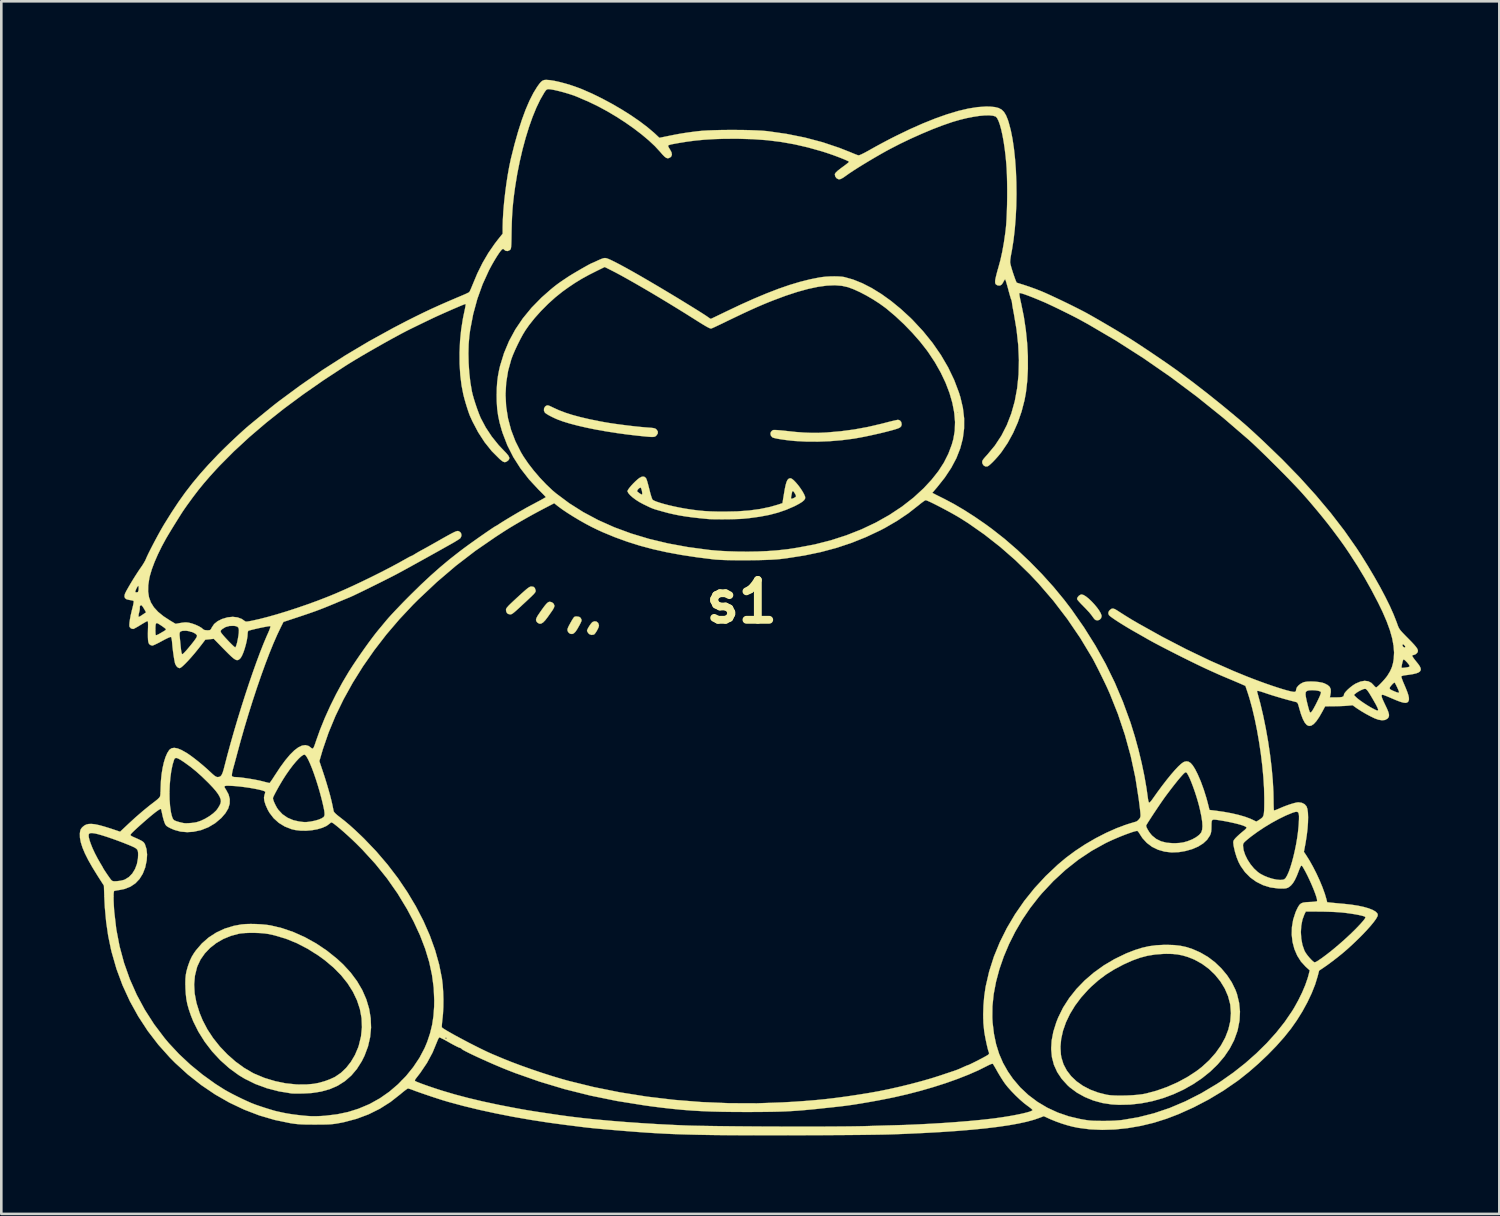
<source format=kicad_pcb>
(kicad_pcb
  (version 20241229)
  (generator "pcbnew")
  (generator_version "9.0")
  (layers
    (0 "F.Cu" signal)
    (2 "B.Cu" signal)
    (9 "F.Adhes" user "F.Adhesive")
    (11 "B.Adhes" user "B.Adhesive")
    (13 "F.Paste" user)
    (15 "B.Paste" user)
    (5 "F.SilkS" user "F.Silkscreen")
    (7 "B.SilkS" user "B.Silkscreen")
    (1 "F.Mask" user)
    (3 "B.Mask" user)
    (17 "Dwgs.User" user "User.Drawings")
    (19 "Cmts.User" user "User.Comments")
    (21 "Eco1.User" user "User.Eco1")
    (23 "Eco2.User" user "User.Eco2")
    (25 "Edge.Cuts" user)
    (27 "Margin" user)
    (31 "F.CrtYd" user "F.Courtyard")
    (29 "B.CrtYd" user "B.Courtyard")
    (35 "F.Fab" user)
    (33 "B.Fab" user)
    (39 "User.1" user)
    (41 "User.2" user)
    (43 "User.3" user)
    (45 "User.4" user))
  (footprint "s1"
    (layer "F.Cu")
    (at 25.322 19.969)
    (property "Reference" "s1" (at 0 0 0) (layer "F.SilkS") (effects (font (size 1.524 1.524) (thickness 0.3))))
    (attr through_hole)
    (fp_poly (pts (xy -5.548 0.761) (xy -5.49 0.812) (xy -5.462 0.894) (xy -5.461 0.916) (xy -5.474 0.972) (xy -5.508 1.048) (xy -5.553 1.13) (xy -5.601 1.202) (xy -5.642 1.248) (xy -5.654 1.255) (xy -5.75 1.269) (xy -5.832 1.237) (xy -5.866 1.203) (xy -5.902 1.149) (xy -5.918 1.109) (xy -5.918 1.108) (xy -5.903 1.06) (xy -5.866 0.988) (xy -5.816 0.908) (xy -5.763 0.834) (xy -5.716 0.783) (xy -5.705 0.774) (xy -5.624 0.746) (xy -5.548 0.761)) (stroke (width 0.01) (type solid)) (fill yes) (layer "F.SilkS"))
    (fp_poly (pts (xy -6.292 0.564) (xy -6.216 0.577) (xy -6.17 0.608) (xy -6.148 0.642) (xy -6.13 0.679) (xy -6.126 0.713) (xy -6.138 0.758) (xy -6.169 0.824) (xy -6.21 0.903) (xy -6.291 1.046) (xy -6.358 1.145) (xy -6.419 1.205) (xy -6.478 1.232) (xy -6.541 1.229) (xy -6.573 1.218) (xy -6.624 1.178) (xy -6.656 1.126) (xy -6.667 1.08) (xy -6.66 1.03) (xy -6.632 0.961) (xy -6.605 0.908) (xy -6.552 0.811) (xy -6.497 0.714) (xy -6.463 0.658) (xy -6.42 0.596) (xy -6.382 0.567) (xy -6.329 0.562) (xy -6.292 0.564)) (stroke (width 0.01) (type solid)) (fill yes) (layer "F.SilkS"))
    (fp_poly (pts (xy -7.258 0.021) (xy -7.195 0.073) (xy -7.164 0.144) (xy -7.163 0.159) (xy -7.177 0.212) (xy -7.213 0.284) (xy -7.245 0.334) (xy -7.31 0.427) (xy -7.382 0.529) (xy -7.414 0.575) (xy -7.515 0.707) (xy -7.601 0.794) (xy -7.676 0.837) (xy -7.744 0.838) (xy -7.81 0.8) (xy -7.823 0.787) (xy -7.858 0.741) (xy -7.869 0.69) (xy -7.853 0.627) (xy -7.808 0.541) (xy -7.732 0.427) (xy -7.729 0.423) (xy -7.626 0.276) (xy -7.545 0.167) (xy -7.482 0.09) (xy -7.432 0.04) (xy -7.391 0.012) (xy -7.353 0.001) (xy -7.338 0) (xy -7.258 0.021)) (stroke (width 0.01) (type solid)) (fill yes) (layer "F.SilkS"))
    (fp_poly (pts (xy 13.076 -0.259) (xy 13.167 -0.204) (xy 13.271 -0.121) (xy 13.38 -0.018) (xy 13.488 0.097) (xy 13.588 0.217) (xy 13.672 0.333) (xy 13.733 0.438) (xy 13.764 0.524) (xy 13.767 0.549) (xy 13.746 0.628) (xy 13.693 0.685) (xy 13.622 0.712) (xy 13.547 0.702) (xy 13.51 0.679) (xy 13.475 0.641) (xy 13.426 0.576) (xy 13.397 0.534) (xy 13.35 0.473) (xy 13.277 0.387) (xy 13.185 0.288) (xy 13.087 0.187) (xy 13.075 0.175) (xy 12.984 0.082) (xy 12.908 0.000246) (xy 12.854 -0.064) (xy 12.828 -0.103) (xy 12.827 -0.108) (xy 12.849 -0.173) (xy 12.902 -0.234) (xy 12.969 -0.273) (xy 13.004 -0.279) (xy 13.076 -0.259)) (stroke (width 0.01) (type solid)) (fill yes) (layer "F.SilkS"))
    (fp_poly (pts (xy -7.963 -0.571) (xy -7.913 -0.525) (xy -7.885 -0.441) (xy -7.882 -0.412) (xy -7.888 -0.383) (xy -7.909 -0.348) (xy -7.948 -0.301) (xy -8.012 -0.236) (xy -8.104 -0.147) (xy -8.208 -0.049) (xy -8.369 0.1) (xy -8.497 0.219) (xy -8.597 0.31) (xy -8.673 0.378) (xy -8.73 0.425) (xy -8.772 0.455) (xy -8.803 0.472) (xy -8.829 0.48) (xy -8.853 0.483) (xy -8.86 0.483) (xy -8.929 0.467) (xy -8.975 0.436) (xy -9.006 0.377) (xy -9.017 0.311) (xy -9.013 0.282) (xy -9 0.25) (xy -8.971 0.21) (xy -8.924 0.157) (xy -8.853 0.086) (xy -8.755 -0.007) (xy -8.625 -0.128) (xy -8.573 -0.176) (xy -8.43 -0.307) (xy -8.318 -0.407) (xy -8.233 -0.48) (xy -8.169 -0.53) (xy -8.121 -0.561) (xy -8.084 -0.578) (xy -8.052 -0.584) (xy -8.043 -0.584) (xy -7.963 -0.571)) (stroke (width 0.01) (type solid)) (fill yes) (layer "F.SilkS"))
    (fp_poly (pts (xy -7.374 -7.502) (xy -7.307 -7.473) (xy -7.208 -7.425) (xy -6.991 -7.326) (xy -6.748 -7.233) (xy -6.476 -7.146) (xy -6.168 -7.063) (xy -5.822 -6.982) (xy -5.432 -6.903) (xy -5.252 -6.87) (xy -5.068 -6.839) (xy -4.847 -6.806) (xy -4.604 -6.773) (xy -4.352 -6.741) (xy -4.103 -6.712) (xy -3.872 -6.688) (xy -3.671 -6.67) (xy -3.59 -6.664) (xy -3.465 -6.655) (xy -3.38 -6.645) (xy -3.323 -6.631) (xy -3.284 -6.611) (xy -3.259 -6.588) (xy -3.209 -6.514) (xy -3.21 -6.439) (xy -3.262 -6.362) (xy -3.263 -6.362) (xy -3.288 -6.338) (xy -3.314 -6.321) (xy -3.349 -6.31) (xy -3.398 -6.305) (xy -3.468 -6.305) (xy -3.566 -6.312) (xy -3.699 -6.324) (xy -3.873 -6.342) (xy -3.962 -6.351) (xy -4.376 -6.399) (xy -4.785 -6.455) (xy -5.186 -6.518) (xy -5.571 -6.586) (xy -5.934 -6.66) (xy -6.269 -6.737) (xy -6.571 -6.816) (xy -6.833 -6.896) (xy -7.009 -6.959) (xy -7.134 -7.012) (xy -7.259 -7.072) (xy -7.373 -7.131) (xy -7.464 -7.186) (xy -7.521 -7.228) (xy -7.527 -7.234) (xy -7.564 -7.308) (xy -7.562 -7.39) (xy -7.524 -7.462) (xy -7.488 -7.492) (xy -7.453 -7.508) (xy -7.419 -7.513) (xy -7.374 -7.502)) (stroke (width 0.01) (type solid)) (fill yes) (layer "F.SilkS"))
    (fp_poly (pts (xy 6.052 -6.937) (xy 6.101 -6.878) (xy 6.118 -6.794) (xy 6.117 -6.778) (xy 6.101 -6.715) (xy 6.059 -6.672) (xy 6.017 -6.648) (xy 5.944 -6.619) (xy 5.828 -6.583) (xy 5.678 -6.542) (xy 5.501 -6.496) (xy 5.305 -6.448) (xy 5.097 -6.401) (xy 4.885 -6.354) (xy 4.678 -6.311) (xy 4.481 -6.274) (xy 4.305 -6.243) (xy 4.267 -6.237) (xy 3.832 -6.181) (xy 3.377 -6.143) (xy 2.918 -6.125) (xy 2.471 -6.127) (xy 2.054 -6.149) (xy 2.05 -6.149) (xy 1.87 -6.166) (xy 1.694 -6.187) (xy 1.53 -6.21) (xy 1.387 -6.233) (xy 1.273 -6.257) (xy 1.197 -6.278) (xy 1.175 -6.289) (xy 1.119 -6.349) (xy 1.099 -6.423) (xy 1.116 -6.495) (xy 1.166 -6.55) (xy 1.21 -6.569) (xy 1.256 -6.571) (xy 1.342 -6.568) (xy 1.46 -6.559) (xy 1.599 -6.546) (xy 1.723 -6.532) (xy 2.07 -6.495) (xy 2.381 -6.472) (xy 2.671 -6.461) (xy 2.953 -6.462) (xy 3.242 -6.475) (xy 3.264 -6.477) (xy 3.793 -6.523) (xy 4.305 -6.591) (xy 4.817 -6.685) (xy 5.346 -6.808) (xy 5.496 -6.847) (xy 5.639 -6.884) (xy 5.769 -6.916) (xy 5.876 -6.94) (xy 5.951 -6.956) (xy 5.981 -6.96) (xy 6.052 -6.937)) (stroke (width 0.01) (type solid)) (fill yes) (layer "F.SilkS"))
    (fp_poly (pts (xy 16.538 13.132) (xy 16.786 13.16) (xy 17.018 13.21) (xy 17.249 13.287) (xy 17.494 13.394) (xy 17.554 13.423) (xy 17.836 13.587) (xy 18.103 13.79) (xy 18.347 14.024) (xy 18.564 14.283) (xy 18.746 14.558) (xy 18.886 14.844) (xy 18.945 15.004) (xy 19.027 15.342) (xy 19.06 15.679) (xy 19.043 16.018) (xy 18.976 16.364) (xy 18.957 16.434) (xy 18.836 16.769) (xy 18.668 17.092) (xy 18.458 17.401) (xy 18.209 17.694) (xy 17.926 17.969) (xy 17.611 18.222) (xy 17.269 18.453) (xy 16.904 18.659) (xy 16.519 18.837) (xy 16.119 18.986) (xy 15.706 19.103) (xy 15.285 19.186) (xy 14.859 19.234) (xy 14.432 19.243) (xy 14.148 19.227) (xy 13.794 19.173) (xy 13.451 19.078) (xy 13.125 18.945) (xy 12.825 18.778) (xy 12.557 18.58) (xy 12.463 18.494) (xy 12.242 18.251) (xy 12.069 17.991) (xy 11.944 17.715) (xy 11.867 17.422) (xy 11.838 17.112) (xy 11.842 17.033) (xy 12.193 17.033) (xy 12.211 17.329) (xy 12.23 17.437) (xy 12.309 17.692) (xy 12.434 17.929) (xy 12.601 18.147) (xy 12.807 18.343) (xy 13.05 18.515) (xy 13.327 18.66) (xy 13.634 18.775) (xy 13.968 18.859) (xy 13.971 18.859) (xy 14.112 18.878) (xy 14.29 18.888) (xy 14.495 18.891) (xy 14.713 18.887) (xy 14.933 18.877) (xy 15.142 18.86) (xy 15.328 18.837) (xy 15.456 18.813) (xy 15.867 18.703) (xy 16.276 18.558) (xy 16.672 18.383) (xy 17.046 18.181) (xy 17.387 17.959) (xy 17.59 17.804) (xy 17.879 17.541) (xy 18.127 17.261) (xy 18.334 16.969) (xy 18.498 16.668) (xy 18.616 16.36) (xy 18.689 16.048) (xy 18.714 15.736) (xy 18.69 15.427) (xy 18.684 15.387) (xy 18.604 15.086) (xy 18.479 14.797) (xy 18.312 14.523) (xy 18.108 14.271) (xy 17.872 14.044) (xy 17.607 13.849) (xy 17.318 13.689) (xy 17.071 13.59) (xy 16.869 13.53) (xy 16.674 13.491) (xy 16.469 13.471) (xy 16.237 13.467) (xy 16.129 13.47) (xy 15.818 13.493) (xy 15.526 13.54) (xy 15.241 13.615) (xy 14.949 13.72) (xy 14.638 13.859) (xy 14.592 13.881) (xy 14.246 14.065) (xy 13.938 14.258) (xy 13.655 14.47) (xy 13.384 14.709) (xy 13.246 14.845) (xy 12.98 15.141) (xy 12.75 15.449) (xy 12.557 15.766) (xy 12.404 16.086) (xy 12.291 16.407) (xy 12.22 16.724) (xy 12.193 17.033) (xy 11.842 17.033) (xy 11.856 16.786) (xy 11.922 16.442) (xy 12.036 16.081) (xy 12.106 15.905) (xy 12.293 15.525) (xy 12.527 15.16) (xy 12.803 14.813) (xy 13.119 14.486) (xy 13.47 14.184) (xy 13.853 13.909) (xy 14.266 13.665) (xy 14.703 13.454) (xy 14.732 13.442) (xy 15.035 13.324) (xy 15.314 13.236) (xy 15.585 13.175) (xy 15.861 13.139) (xy 16.158 13.124) (xy 16.256 13.123) (xy 16.538 13.132)) (stroke (width 0.01) (type solid)) (fill yes) (layer "F.SilkS"))
    (fp_poly (pts (xy -18.575 12.328) (xy -18.364 12.339) (xy -18.168 12.358) (xy -18.021 12.38) (xy -17.58 12.486) (xy -17.138 12.639) (xy -16.701 12.835) (xy -16.275 13.072) (xy -15.867 13.346) (xy -15.483 13.654) (xy -15.244 13.875) (xy -14.956 14.188) (xy -14.712 14.517) (xy -14.513 14.857) (xy -14.36 15.208) (xy -14.253 15.565) (xy -14.192 15.927) (xy -14.178 16.29) (xy -14.213 16.651) (xy -14.295 17.009) (xy -14.426 17.36) (xy -14.532 17.573) (xy -14.719 17.869) (xy -14.934 18.123) (xy -15.177 18.336) (xy -15.451 18.51) (xy -15.755 18.643) (xy -16.091 18.737) (xy -16.459 18.793) (xy -16.739 18.808) (xy -16.882 18.811) (xy -17.015 18.811) (xy -17.125 18.811) (xy -17.201 18.808) (xy -17.221 18.807) (xy -17.704 18.728) (xy -18.166 18.608) (xy -18.604 18.446) (xy -19.013 18.244) (xy -19.244 18.104) (xy -19.607 17.839) (xy -19.947 17.535) (xy -20.26 17.198) (xy -20.539 16.834) (xy -20.781 16.449) (xy -20.98 16.05) (xy -21.07 15.824) (xy -21.148 15.596) (xy -21.205 15.394) (xy -21.243 15.2) (xy -21.266 14.997) (xy -21.278 14.79) (xy -21.281 14.638) (xy -20.945 14.638) (xy -20.926 14.984) (xy -20.857 15.344) (xy -20.74 15.719) (xy -20.619 16.013) (xy -20.439 16.357) (xy -20.217 16.694) (xy -19.96 17.016) (xy -19.673 17.316) (xy -19.365 17.588) (xy -19.042 17.824) (xy -18.71 18.019) (xy -18.64 18.054) (xy -18.256 18.214) (xy -17.856 18.336) (xy -17.447 18.42) (xy -17.038 18.463) (xy -16.639 18.464) (xy -16.366 18.439) (xy -16.174 18.402) (xy -15.966 18.343) (xy -15.763 18.27) (xy -15.585 18.189) (xy -15.551 18.171) (xy -15.332 18.021) (xy -15.129 17.828) (xy -14.949 17.598) (xy -14.795 17.338) (xy -14.674 17.055) (xy -14.647 16.974) (xy -14.562 16.624) (xy -14.527 16.275) (xy -14.541 15.928) (xy -14.604 15.585) (xy -14.715 15.248) (xy -14.872 14.918) (xy -15.075 14.597) (xy -15.323 14.287) (xy -15.616 13.99) (xy -15.953 13.707) (xy -16.197 13.53) (xy -16.611 13.27) (xy -17.024 13.056) (xy -17.443 12.887) (xy -17.874 12.759) (xy -18.101 12.709) (xy -18.245 12.688) (xy -18.422 12.673) (xy -18.616 12.666) (xy -18.813 12.665) (xy -18.997 12.672) (xy -19.154 12.686) (xy -19.228 12.697) (xy -19.54 12.78) (xy -19.832 12.9) (xy -20.098 13.054) (xy -20.334 13.239) (xy -20.536 13.45) (xy -20.7 13.684) (xy -20.82 13.938) (xy -20.838 13.991) (xy -20.916 14.307) (xy -20.945 14.638) (xy -21.281 14.638) (xy -21.283 14.587) (xy -21.279 14.42) (xy -21.265 14.274) (xy -21.239 14.136) (xy -21.199 13.99) (xy -21.171 13.903) (xy -21.106 13.726) (xy -21.035 13.576) (xy -20.946 13.431) (xy -20.877 13.335) (xy -20.649 13.069) (xy -20.389 12.841) (xy -20.097 12.652) (xy -19.777 12.503) (xy -19.43 12.397) (xy -19.133 12.342) (xy -18.975 12.329) (xy -18.784 12.324) (xy -18.575 12.328)) (stroke (width 0.01) (type solid)) (fill yes) (layer "F.SilkS"))
    (fp_poly (pts (xy -3.671 -4.741) (xy -3.649 -4.705) (xy -3.63 -4.655) (xy -3.603 -4.567) (xy -3.572 -4.452) (xy -3.539 -4.323) (xy -3.531 -4.293) (xy -3.499 -4.164) (xy -3.466 -4.05) (xy -3.437 -3.963) (xy -3.415 -3.912) (xy -3.41 -3.906) (xy -3.36 -3.872) (xy -3.266 -3.832) (xy -3.135 -3.788) (xy -2.975 -3.741) (xy -2.791 -3.693) (xy -2.592 -3.647) (xy -2.383 -3.603) (xy -2.171 -3.565) (xy -2.131 -3.558) (xy -1.879 -3.52) (xy -1.647 -3.491) (xy -1.42 -3.47) (xy -1.185 -3.457) (xy -0.926 -3.45) (xy -0.673 -3.448) (xy -0.174 -3.458) (xy 0.284 -3.491) (xy 0.703 -3.548) (xy 1.089 -3.629) (xy 1.383 -3.714) (xy 1.559 -3.772) (xy 1.589 -3.958) (xy 1.887 -3.958) (xy 1.908 -3.939) (xy 1.96 -3.953) (xy 2.008 -3.976) (xy 2.06 -4.007) (xy 2.078 -4.039) (xy 2.065 -4.087) (xy 2.029 -4.151) (xy 1.984 -4.218) (xy 1.953 -4.237) (xy 1.931 -4.21) (xy 1.92 -4.166) (xy 1.903 -4.08) (xy 1.89 -4.013) (xy 1.887 -3.958) (xy 1.589 -3.958) (xy 1.616 -4.122) (xy 1.649 -4.317) (xy 1.681 -4.467) (xy 1.713 -4.578) (xy 1.747 -4.653) (xy 1.787 -4.699) (xy 1.833 -4.721) (xy 1.868 -4.724) (xy 1.92 -4.704) (xy 1.991 -4.647) (xy 2.072 -4.563) (xy 2.159 -4.46) (xy 2.244 -4.346) (xy 2.32 -4.231) (xy 2.381 -4.122) (xy 2.421 -4.029) (xy 2.427 -4.007) (xy 2.425 -3.949) (xy 2.389 -3.889) (xy 2.316 -3.824) (xy 2.201 -3.752) (xy 2.043 -3.668) (xy 1.995 -3.645) (xy 1.7 -3.518) (xy 1.389 -3.411) (xy 1.055 -3.323) (xy 0.69 -3.254) (xy 0.288 -3.199) (xy 0.051 -3.176) (xy -0.062 -3.168) (xy -0.21 -3.163) (xy -0.382 -3.158) (xy -0.568 -3.155) (xy -0.756 -3.154) (xy -0.936 -3.155) (xy -1.095 -3.157) (xy -1.223 -3.161) (xy -1.295 -3.166) (xy -1.618 -3.198) (xy -1.899 -3.23) (xy -2.148 -3.264) (xy -2.375 -3.301) (xy -2.589 -3.344) (xy -2.8 -3.392) (xy -3.016 -3.45) (xy -3.175 -3.495) (xy -3.272 -3.523) (xy -3.346 -3.546) (xy -3.409 -3.569) (xy -3.473 -3.595) (xy -3.55 -3.63) (xy -3.649 -3.678) (xy -3.771 -3.737) (xy -3.919 -3.817) (xy -4.057 -3.906) (xy -4.178 -3.997) (xy -4.275 -4.085) (xy -4.341 -4.164) (xy -4.368 -4.228) (xy -4.368 -4.23) (xy -4.003 -4.23) (xy -3.999 -4.22) (xy -3.926 -4.162) (xy -3.862 -4.119) (xy -3.819 -4.101) (xy -3.811 -4.102) (xy -3.804 -4.131) (xy -3.809 -4.194) (xy -3.817 -4.241) (xy -3.837 -4.314) (xy -3.859 -4.36) (xy -3.872 -4.369) (xy -3.911 -4.352) (xy -3.955 -4.314) (xy -3.99 -4.268) (xy -4.003 -4.23) (xy -4.368 -4.23) (xy -4.369 -4.236) (xy -4.351 -4.279) (xy -4.303 -4.348) (xy -4.234 -4.432) (xy -4.151 -4.522) (xy -4.062 -4.61) (xy -3.976 -4.687) (xy -3.912 -4.736) (xy -3.815 -4.786) (xy -3.735 -4.787) (xy -3.671 -4.741)) (stroke (width 0.01) (type solid)) (fill yes) (layer "F.SilkS"))
    (fp_poly (pts (xy -7.338 -19.954) (xy -7.163 -19.926) (xy -6.961 -19.881) (xy -6.741 -19.823) (xy -6.515 -19.754) (xy -6.29 -19.676) (xy -6.096 -19.601) (xy -5.722 -19.437) (xy -5.341 -19.25) (xy -4.962 -19.047) (xy -4.592 -18.832) (xy -4.239 -18.609) (xy -3.91 -18.383) (xy -3.614 -18.159) (xy -3.357 -17.942) (xy -3.312 -17.901) (xy -3.148 -17.747) (xy -2.762 -17.826) (xy -2.577 -17.863) (xy -2.418 -17.893) (xy -2.272 -17.918) (xy -2.124 -17.941) (xy -1.96 -17.964) (xy -1.766 -17.989) (xy -1.664 -18.001) (xy -1.502 -18.017) (xy -1.298 -18.029) (xy -1.061 -18.038) (xy -0.8 -18.045) (xy -0.524 -18.048) (xy -0.242 -18.048) (xy 0.038 -18.046) (xy 0.307 -18.04) (xy 0.555 -18.031) (xy 0.774 -18.02) (xy 0.955 -18.005) (xy 0.991 -18.001) (xy 1.718 -17.897) (xy 2.42 -17.756) (xy 3.096 -17.577) (xy 3.739 -17.361) (xy 4.135 -17.205) (xy 4.248 -17.158) (xy 4.348 -17.117) (xy 4.424 -17.089) (xy 4.461 -17.077) (xy 4.503 -17.083) (xy 4.582 -17.116) (xy 4.699 -17.174) (xy 4.855 -17.259) (xy 4.943 -17.309) (xy 5.105 -17.4) (xy 5.296 -17.504) (xy 5.501 -17.613) (xy 5.705 -17.72) (xy 5.891 -17.814) (xy 5.893 -17.815) (xy 6.427 -18.073) (xy 6.934 -18.298) (xy 7.413 -18.49) (xy 7.863 -18.649) (xy 8.283 -18.775) (xy 8.67 -18.866) (xy 9.025 -18.922) (xy 9.345 -18.944) (xy 9.506 -18.941) (xy 9.684 -18.923) (xy 9.827 -18.887) (xy 9.941 -18.827) (xy 10.033 -18.736) (xy 10.11 -18.609) (xy 10.179 -18.441) (xy 10.212 -18.339) (xy 10.292 -18.04) (xy 10.36 -17.699) (xy 10.415 -17.322) (xy 10.458 -16.916) (xy 10.489 -16.488) (xy 10.506 -16.044) (xy 10.511 -15.593) (xy 10.503 -15.139) (xy 10.481 -14.691) (xy 10.446 -14.255) (xy 10.398 -13.838) (xy 10.336 -13.447) (xy 10.31 -13.312) (xy 10.289 -13.193) (xy 10.274 -13.084) (xy 10.268 -13) (xy 10.27 -12.965) (xy 10.285 -12.893) (xy 10.312 -12.795) (xy 10.346 -12.68) (xy 10.385 -12.559) (xy 10.425 -12.442) (xy 10.462 -12.338) (xy 10.494 -12.258) (xy 10.517 -12.212) (xy 10.523 -12.205) (xy 10.795 -12.12) (xy 11.03 -12.041) (xy 11.243 -11.964) (xy 11.447 -11.884) (xy 11.477 -11.872) (xy 11.616 -11.812) (xy 11.79 -11.733) (xy 11.99 -11.64) (xy 12.206 -11.538) (xy 12.428 -11.431) (xy 12.646 -11.324) (xy 12.851 -11.221) (xy 13.033 -11.128) (xy 13.183 -11.049) (xy 13.208 -11.035) (xy 13.319 -10.973) (xy 13.46 -10.893) (xy 13.621 -10.801) (xy 13.793 -10.701) (xy 13.964 -10.601) (xy 14.126 -10.506) (xy 14.268 -10.422) (xy 14.38 -10.355) (xy 14.415 -10.334) (xy 14.516 -10.272) (xy 14.635 -10.199) (xy 14.745 -10.132) (xy 14.868 -10.056) (xy 15.025 -9.955) (xy 15.209 -9.835) (xy 15.411 -9.701) (xy 15.626 -9.558) (xy 15.844 -9.41) (xy 16.059 -9.264) (xy 16.264 -9.123) (xy 16.45 -8.993) (xy 16.61 -8.88) (xy 16.701 -8.814) (xy 17.27 -8.39) (xy 17.823 -7.962) (xy 18.377 -7.517) (xy 18.741 -7.216) (xy 18.909 -7.076) (xy 19.053 -6.955) (xy 19.182 -6.844) (xy 19.305 -6.737) (xy 19.429 -6.626) (xy 19.563 -6.504) (xy 19.715 -6.363) (xy 19.893 -6.198) (xy 19.952 -6.143) (xy 20.672 -5.449) (xy 21.343 -4.759) (xy 21.962 -4.075) (xy 22.532 -3.396) (xy 23.051 -2.722) (xy 23.519 -2.054) (xy 23.691 -1.791) (xy 23.953 -1.369) (xy 24.197 -0.958) (xy 24.42 -0.563) (xy 24.619 -0.187) (xy 24.792 0.163) (xy 24.936 0.486) (xy 25.05 0.775) (xy 25.072 0.837) (xy 25.099 0.913) (xy 25.124 0.974) (xy 25.154 1.029) (xy 25.193 1.085) (xy 25.248 1.15) (xy 25.325 1.231) (xy 25.429 1.338) (xy 25.487 1.396) (xy 25.625 1.537) (xy 25.728 1.648) (xy 25.8 1.734) (xy 25.845 1.802) (xy 25.865 1.856) (xy 25.864 1.901) (xy 25.846 1.942) (xy 25.837 1.954) (xy 25.784 2.004) (xy 25.728 2.028) (xy 25.672 2.042) (xy 25.646 2.056) (xy 25.653 2.082) (xy 25.687 2.137) (xy 25.742 2.212) (xy 25.782 2.262) (xy 25.876 2.379) (xy 25.937 2.468) (xy 25.969 2.537) (xy 25.976 2.592) (xy 25.97 2.62) (xy 25.942 2.667) (xy 25.886 2.706) (xy 25.798 2.739) (xy 25.673 2.768) (xy 25.504 2.795) (xy 25.392 2.809) (xy 25.31 2.822) (xy 25.252 2.841) (xy 25.232 2.855) (xy 25.237 2.889) (xy 25.26 2.959) (xy 25.295 3.052) (xy 25.326 3.125) (xy 25.407 3.315) (xy 25.466 3.466) (xy 25.504 3.584) (xy 25.522 3.675) (xy 25.523 3.744) (xy 25.507 3.798) (xy 25.492 3.823) (xy 25.451 3.856) (xy 25.391 3.868) (xy 25.304 3.857) (xy 25.188 3.824) (xy 25.036 3.766) (xy 24.904 3.71) (xy 24.779 3.656) (xy 24.669 3.61) (xy 24.583 3.577) (xy 24.529 3.558) (xy 24.519 3.556) (xy 24.487 3.565) (xy 24.476 3.595) (xy 24.486 3.651) (xy 24.519 3.739) (xy 24.576 3.863) (xy 24.611 3.937) (xy 24.685 4.092) (xy 24.733 4.211) (xy 24.758 4.301) (xy 24.76 4.369) (xy 24.74 4.424) (xy 24.7 4.472) (xy 24.699 4.472) (xy 24.611 4.521) (xy 24.493 4.534) (xy 24.35 4.51) (xy 24.206 4.457) (xy 24.049 4.38) (xy 23.873 4.286) (xy 23.699 4.183) (xy 23.547 4.085) (xy 23.502 4.054) (xy 23.369 3.958) (xy 23.175 3.976) (xy 23.071 3.984) (xy 22.935 3.99) (xy 22.785 3.995) (xy 22.65 3.997) (xy 22.318 4) (xy 22.214 4.194) (xy 22.094 4.404) (xy 21.983 4.566) (xy 21.881 4.677) (xy 21.786 4.739) (xy 21.699 4.751) (xy 21.617 4.714) (xy 21.54 4.626) (xy 21.466 4.487) (xy 21.394 4.298) (xy 21.325 4.065) (xy 21.297 3.962) (xy 21.274 3.897) (xy 21.251 3.86) (xy 21.221 3.84) (xy 21.181 3.829) (xy 20.969 3.774) (xy 20.735 3.71) (xy 20.497 3.64) (xy 20.273 3.572) (xy 20.113 3.519) (xy 21.567 3.519) (xy 21.576 3.615) (xy 21.591 3.694) (xy 21.615 3.806) (xy 21.644 3.925) (xy 21.673 4.038) (xy 21.7 4.133) (xy 21.722 4.198) (xy 21.73 4.217) (xy 21.752 4.237) (xy 21.779 4.227) (xy 21.816 4.184) (xy 21.866 4.104) (xy 21.932 3.982) (xy 21.946 3.957) (xy 22.006 3.838) (xy 22.061 3.724) (xy 22.106 3.627) (xy 22.128 3.572) (xy 22.153 3.501) (xy 22.158 3.463) (xy 22.144 3.441) (xy 22.118 3.426) (xy 22.049 3.404) (xy 21.949 3.389) (xy 21.837 3.383) (xy 21.732 3.386) (xy 21.666 3.396) (xy 21.609 3.419) (xy 21.577 3.457) (xy 21.567 3.519) (xy 20.113 3.519) (xy 20.103 3.516) (xy 19.955 3.466) (xy 19.849 3.432) (xy 19.777 3.413) (xy 19.735 3.408) (xy 19.716 3.416) (xy 19.714 3.435) (xy 19.718 3.448) (xy 19.837 3.886) (xy 19.948 4.356) (xy 20.048 4.848) (xy 20.137 5.35) (xy 20.211 5.855) (xy 20.271 6.35) (xy 20.314 6.827) (xy 20.339 7.275) (xy 20.345 7.584) (xy 20.346 7.718) (xy 20.349 7.834) (xy 20.353 7.922) (xy 20.357 7.973) (xy 20.36 7.982) (xy 20.388 7.978) (xy 20.45 7.957) (xy 20.534 7.922) (xy 20.561 7.91) (xy 20.704 7.848) (xy 20.855 7.79) (xy 21.002 7.74) (xy 21.134 7.701) (xy 21.24 7.677) (xy 21.296 7.671) (xy 21.426 7.69) (xy 21.532 7.743) (xy 21.605 7.825) (xy 21.606 7.828) (xy 21.639 7.925) (xy 21.659 8.065) (xy 21.666 8.242) (xy 21.661 8.45) (xy 21.644 8.683) (xy 21.614 8.935) (xy 21.573 9.2) (xy 21.56 9.273) (xy 21.505 9.567) (xy 21.582 9.679) (xy 21.716 9.892) (xy 21.852 10.135) (xy 21.985 10.395) (xy 22.108 10.662) (xy 22.216 10.923) (xy 22.304 11.166) (xy 22.361 11.358) (xy 22.396 11.493) (xy 22.558 11.511) (xy 22.649 11.52) (xy 22.773 11.532) (xy 22.914 11.545) (xy 23.044 11.556) (xy 23.322 11.587) (xy 23.574 11.626) (xy 23.796 11.674) (xy 23.984 11.728) (xy 24.136 11.788) (xy 24.247 11.852) (xy 24.314 11.919) (xy 24.333 11.98) (xy 24.314 12.044) (xy 24.26 12.137) (xy 24.174 12.255) (xy 24.06 12.394) (xy 23.92 12.551) (xy 23.76 12.721) (xy 23.581 12.9) (xy 23.387 13.086) (xy 23.183 13.273) (xy 23.139 13.312) (xy 22.978 13.45) (xy 22.791 13.601) (xy 22.595 13.752) (xy 22.406 13.892) (xy 22.248 14.002) (xy 22.087 14.11) (xy 22.031 14.327) (xy 21.935 14.64) (xy 21.802 14.975) (xy 21.638 15.321) (xy 21.448 15.669) (xy 21.235 16.011) (xy 21.012 16.328) (xy 20.75 16.655) (xy 20.45 16.993) (xy 20.121 17.331) (xy 19.772 17.662) (xy 19.412 17.976) (xy 19.051 18.264) (xy 18.948 18.341) (xy 18.422 18.703) (xy 17.864 19.038) (xy 17.288 19.339) (xy 16.703 19.602) (xy 16.256 19.773) (xy 15.766 19.928) (xy 15.268 20.048) (xy 14.769 20.134) (xy 14.274 20.186) (xy 13.79 20.201) (xy 13.324 20.181) (xy 12.882 20.124) (xy 12.661 20.079) (xy 12.459 20.026) (xy 12.239 19.958) (xy 12.021 19.88) (xy 11.827 19.801) (xy 11.778 19.78) (xy 11.555 19.677) (xy 11.423 19.729) (xy 11.188 19.811) (xy 10.908 19.888) (xy 10.582 19.959) (xy 10.208 20.026) (xy 9.787 20.087) (xy 9.318 20.144) (xy 8.801 20.195) (xy 8.235 20.242) (xy 7.62 20.284) (xy 6.956 20.321) (xy 6.242 20.354) (xy 5.766 20.372) (xy 5.599 20.377) (xy 5.386 20.382) (xy 5.132 20.386) (xy 4.84 20.39) (xy 4.516 20.394) (xy 4.164 20.397) (xy 3.789 20.4) (xy 3.395 20.402) (xy 2.987 20.405) (xy 2.569 20.406) (xy 2.147 20.408) (xy 1.723 20.409) (xy 1.305 20.409) (xy 0.894 20.409) (xy 0.497 20.409) (xy 0.118 20.408) (xy -0.238 20.406) (xy -0.568 20.404) (xy -0.865 20.401) (xy -1.127 20.398) (xy -1.245 20.396) (xy -1.657 20.389) (xy -2.03 20.38) (xy -2.371 20.37) (xy -2.692 20.358) (xy -3.003 20.343) (xy -3.314 20.326) (xy -3.635 20.306) (xy -3.975 20.282) (xy -4.346 20.253) (xy -4.483 20.242) (xy -4.815 20.215) (xy -5.123 20.188) (xy -5.404 20.163) (xy -5.651 20.14) (xy -5.861 20.119) (xy -6.027 20.1) (xy -6.096 20.091) (xy -6.189 20.08) (xy -6.318 20.063) (xy -6.469 20.044) (xy -6.629 20.024) (xy -6.706 20.015) (xy -7.389 19.923) (xy -8.074 19.817) (xy -8.751 19.699) (xy -9.412 19.569) (xy -10.049 19.431) (xy -10.653 19.284) (xy -11.216 19.132) (xy -11.29 19.11) (xy -11.428 19.069) (xy -11.594 19.016) (xy -11.779 18.956) (xy -11.97 18.892) (xy -12.158 18.828) (xy -12.33 18.768) (xy -12.477 18.716) (xy -12.587 18.674) (xy -12.593 18.672) (xy -12.674 18.642) (xy -12.739 18.623) (xy -12.766 18.618) (xy -12.799 18.634) (xy -12.861 18.678) (xy -12.944 18.742) (xy -13.039 18.821) (xy -13.051 18.832) (xy -13.438 19.136) (xy -13.845 19.394) (xy -14.274 19.607) (xy -14.728 19.777) (xy -15.209 19.905) (xy -15.329 19.929) (xy -15.447 19.951) (xy -15.549 19.968) (xy -15.646 19.98) (xy -15.747 19.989) (xy -15.864 19.994) (xy -16.005 19.997) (xy -16.181 19.998) (xy -16.307 19.999) (xy -16.522 19.998) (xy -16.696 19.996) (xy -16.841 19.991) (xy -16.966 19.983) (xy -17.082 19.971) (xy -17.199 19.955) (xy -17.264 19.945) (xy -17.865 19.821) (xy -18.455 19.648) (xy -19.032 19.427) (xy -19.596 19.159) (xy -20.144 18.846) (xy -20.674 18.487) (xy -21.185 18.084) (xy -21.673 17.639) (xy -21.873 17.437) (xy -22.317 16.941) (xy -22.722 16.413) (xy -23.085 15.857) (xy -23.406 15.276) (xy -23.684 14.671) (xy -23.916 14.045) (xy -24.101 13.402) (xy -24.128 13.29) (xy -24.234 12.776) (xy -24.311 12.246) (xy -24.362 11.69) (xy -24.381 11.316) (xy -24.382 11.286) (xy -24.027 11.286) (xy -24.026 11.428) (xy -24.019 11.593) (xy -24.008 11.773) (xy -24.002 11.852) (xy -23.924 12.524) (xy -23.798 13.18) (xy -23.626 13.817) (xy -23.407 14.435) (xy -23.142 15.033) (xy -22.832 15.608) (xy -22.478 16.16) (xy -22.079 16.688) (xy -21.919 16.879) (xy -21.524 17.302) (xy -21.089 17.709) (xy -20.622 18.091) (xy -20.134 18.442) (xy -19.781 18.666) (xy -19.649 18.741) (xy -19.486 18.828) (xy -19.304 18.92) (xy -19.116 19.012) (xy -18.935 19.096) (xy -18.774 19.168) (xy -18.656 19.215) (xy -18.55 19.254) (xy -18.419 19.298) (xy -18.275 19.346) (xy -18.129 19.392) (xy -17.992 19.434) (xy -17.877 19.468) (xy -17.795 19.489) (xy -17.776 19.493) (xy -17.704 19.509) (xy -17.607 19.53) (xy -17.539 19.545) (xy -17.45 19.563) (xy -17.329 19.584) (xy -17.192 19.605) (xy -17.081 19.62) (xy -16.847 19.648) (xy -16.647 19.667) (xy -16.47 19.678) (xy -16.299 19.679) (xy -16.122 19.673) (xy -15.924 19.66) (xy -15.917 19.659) (xy -15.472 19.605) (xy -15.056 19.517) (xy -14.658 19.392) (xy -14.266 19.227) (xy -14.206 19.198) (xy -13.835 18.99) (xy -13.479 18.741) (xy -13.146 18.456) (xy -13.013 18.319) (xy -12.501 18.319) (xy -12.49 18.333) (xy -12.451 18.354) (xy -12.37 18.387) (xy -12.256 18.431) (xy -12.116 18.482) (xy -11.956 18.538) (xy -11.785 18.596) (xy -11.609 18.654) (xy -11.455 18.703) (xy -10.973 18.846) (xy -10.459 18.982) (xy -9.908 19.113) (xy -9.315 19.24) (xy -8.797 19.341) (xy -8.632 19.372) (xy -8.481 19.4) (xy -8.336 19.426) (xy -8.19 19.451) (xy -8.036 19.476) (xy -7.866 19.503) (xy -7.672 19.533) (xy -7.447 19.566) (xy -7.185 19.605) (xy -6.998 19.633) (xy -6.559 19.693) (xy -6.075 19.751) (xy -5.552 19.805) (xy -4.997 19.856) (xy -4.415 19.903) (xy -3.813 19.945) (xy -3.197 19.983) (xy -2.572 20.014) (xy -2.206 20.03) (xy -2.016 20.037) (xy -1.781 20.043) (xy -1.507 20.048) (xy -1.197 20.053) (xy -0.857 20.058) (xy -0.492 20.062) (xy -0.105 20.066) (xy 0.297 20.069) (xy 0.711 20.072) (xy 1.131 20.074) (xy 1.552 20.075) (xy 1.971 20.076) (xy 2.382 20.076) (xy 2.78 20.076) (xy 3.161 20.075) (xy 3.519 20.073) (xy 3.851 20.071) (xy 4.151 20.068) (xy 4.415 20.064) (xy 4.637 20.06) (xy 4.813 20.055) (xy 4.813 20.055) (xy 4.961 20.05) (xy 5.145 20.044) (xy 5.347 20.038) (xy 5.554 20.032) (xy 5.749 20.027) (xy 5.753 20.027) (xy 6.242 20.013) (xy 6.742 19.992) (xy 7.246 19.966) (xy 7.744 19.936) (xy 8.23 19.901) (xy 8.693 19.863) (xy 9.125 19.822) (xy 9.519 19.779) (xy 9.665 19.761) (xy 9.902 19.728) (xy 10.133 19.693) (xy 10.352 19.655) (xy 10.555 19.616) (xy 10.734 19.578) (xy 10.886 19.541) (xy 11.006 19.507) (xy 11.086 19.476) (xy 11.123 19.45) (xy 11.125 19.444) (xy 11.106 19.418) (xy 11.053 19.371) (xy 10.977 19.312) (xy 10.929 19.278) (xy 10.791 19.172) (xy 10.635 19.036) (xy 10.473 18.882) (xy 10.317 18.721) (xy 10.177 18.565) (xy 10.074 18.435) (xy 10 18.328) (xy 9.915 18.195) (xy 9.831 18.057) (xy 9.779 17.967) (xy 9.719 17.86) (xy 9.666 17.769) (xy 9.627 17.704) (xy 9.606 17.673) (xy 9.606 17.673) (xy 9.574 17.673) (xy 9.507 17.697) (xy 9.416 17.74) (xy 9.387 17.755) (xy 9.051 17.923) (xy 8.67 18.09) (xy 8.252 18.254) (xy 7.804 18.413) (xy 7.331 18.564) (xy 6.841 18.706) (xy 6.341 18.836) (xy 5.837 18.952) (xy 5.563 19.008) (xy 5.208 19.077) (xy 4.863 19.139) (xy 4.534 19.195) (xy 4.231 19.243) (xy 3.963 19.28) (xy 3.772 19.303) (xy 3.521 19.331) (xy 3.314 19.353) (xy 3.144 19.371) (xy 3.004 19.386) (xy 2.887 19.399) (xy 2.787 19.409) (xy 2.698 19.418) (xy 2.611 19.426) (xy 2.578 19.429) (xy 2.348 19.45) (xy 2.127 19.468) (xy 1.907 19.482) (xy 1.682 19.494) (xy 1.445 19.503) (xy 1.187 19.509) (xy 0.902 19.513) (xy 0.582 19.516) (xy 0.22 19.517) (xy 0.14 19.517) (xy -0.335 19.515) (xy -0.769 19.509) (xy -1.171 19.499) (xy -1.55 19.483) (xy -1.915 19.462) (xy -2.276 19.434) (xy -2.641 19.398) (xy -3.021 19.356) (xy -3.425 19.305) (xy -3.721 19.264) (xy -4.771 19.096) (xy -5.789 18.889) (xy -6.777 18.642) (xy -7.735 18.354) (xy -8.665 18.027) (xy -8.928 17.925) (xy -9.116 17.85) (xy -9.314 17.767) (xy -9.518 17.68) (xy -9.722 17.59) (xy -9.921 17.501) (xy -10.109 17.415) (xy -10.282 17.334) (xy -10.433 17.261) (xy -10.557 17.198) (xy -10.65 17.148) (xy -10.705 17.113) (xy -10.719 17.098) (xy -10.741 17.077) (xy -10.789 17.06) (xy -10.835 17.043) (xy -10.915 17.004) (xy -11.02 16.95) (xy -11.139 16.885) (xy -11.193 16.854) (xy -11.312 16.787) (xy -11.417 16.73) (xy -11.499 16.688) (xy -11.502 16.687) (xy -11.341 16.687) (xy -11.335 16.709) (xy -11.317 16.713) (xy -11.282 16.707) (xy -11.278 16.702) (xy -11.296 16.678) (xy -11.33 16.678) (xy -11.341 16.687) (xy -11.502 16.687) (xy -11.551 16.665) (xy -11.562 16.662) (xy -11.586 16.685) (xy -11.619 16.744) (xy -11.654 16.828) (xy -11.656 16.834) (xy -11.826 17.245) (xy -12.039 17.64) (xy -12.299 18.025) (xy -12.456 18.228) (xy -12.496 18.285) (xy -12.501 18.319) (xy -13.013 18.319) (xy -12.839 18.141) (xy -12.564 17.801) (xy -12.325 17.443) (xy -12.129 17.072) (xy -12.028 16.83) (xy -11.92 16.504) (xy -11.841 16.18) (xy -11.791 15.845) (xy -11.765 15.486) (xy -11.761 15.253) (xy -11.782 14.765) (xy -11.847 14.275) (xy -11.954 13.78) (xy -12.107 13.276) (xy -12.304 12.762) (xy -12.548 12.234) (xy -12.799 11.76) (xy -13.162 11.16) (xy -13.567 10.582) (xy -14.016 10.023) (xy -14.512 9.481) (xy -14.748 9.244) (xy -14.901 9.097) (xy -15.059 8.951) (xy -15.214 8.812) (xy -15.359 8.686) (xy -15.487 8.58) (xy -15.59 8.499) (xy -15.636 8.467) (xy -15.68 8.442) (xy -15.714 8.446) (xy -15.757 8.481) (xy -15.768 8.491) (xy -15.887 8.577) (xy -16.046 8.647) (xy -16.233 8.702) (xy -16.44 8.739) (xy -16.656 8.758) (xy -16.871 8.756) (xy -17.076 8.732) (xy -17.221 8.698) (xy -17.479 8.597) (xy -17.709 8.456) (xy -17.905 8.279) (xy -18.065 8.07) (xy -18.131 7.954) (xy -18.213 7.77) (xy -18.261 7.616) (xy -18.272 7.513) (xy -17.932 7.513) (xy -17.92 7.576) (xy -17.886 7.667) (xy -17.838 7.77) (xy -17.784 7.871) (xy -17.73 7.952) (xy -17.569 8.126) (xy -17.375 8.26) (xy -17.153 8.355) (xy -16.936 8.404) (xy -16.818 8.42) (xy -16.731 8.427) (xy -16.655 8.427) (xy -16.57 8.418) (xy -16.477 8.405) (xy -16.32 8.373) (xy -16.18 8.332) (xy -16.069 8.285) (xy -15.995 8.236) (xy -15.989 8.229) (xy -15.968 8.196) (xy -15.957 8.148) (xy -15.958 8.08) (xy -15.969 7.986) (xy -15.994 7.861) (xy -16.031 7.698) (xy -16.078 7.508) (xy -16.143 7.266) (xy -16.213 7.028) (xy -16.286 6.797) (xy -16.36 6.58) (xy -16.433 6.382) (xy -16.504 6.207) (xy -16.554 6.097) (xy -16.156 6.097) (xy -16.03 6.471) (xy -15.953 6.704) (xy -15.878 6.946) (xy -15.808 7.184) (xy -15.745 7.407) (xy -15.695 7.605) (xy -15.66 7.76) (xy -15.639 7.862) (xy -15.621 7.951) (xy -15.609 8.009) (xy -15.607 8.017) (xy -15.583 8.055) (xy -15.526 8.114) (xy -15.447 8.182) (xy -15.404 8.215) (xy -15.202 8.373) (xy -14.997 8.545) (xy -14.783 8.738) (xy -14.549 8.96) (xy -14.443 9.063) (xy -13.98 9.547) (xy -13.549 10.051) (xy -13.15 10.573) (xy -12.788 11.109) (xy -12.462 11.655) (xy -12.176 12.208) (xy -11.931 12.765) (xy -11.73 13.321) (xy -11.575 13.872) (xy -11.467 14.41) (xy -11.438 14.653) (xy -11.419 14.928) (xy -11.41 15.216) (xy -11.413 15.501) (xy -11.427 15.764) (xy -11.441 15.907) (xy -11.456 16.035) (xy -11.466 16.146) (xy -11.472 16.228) (xy -11.471 16.273) (xy -11.47 16.278) (xy -11.437 16.308) (xy -11.363 16.356) (xy -11.256 16.421) (xy -11.119 16.499) (xy -10.961 16.588) (xy -10.785 16.683) (xy -10.597 16.783) (xy -10.405 16.884) (xy -10.212 16.982) (xy -10.025 17.076) (xy -9.85 17.161) (xy -9.692 17.236) (xy -9.557 17.296) (xy -9.525 17.31) (xy -9.44 17.345) (xy -9.327 17.393) (xy -9.202 17.445) (xy -9.131 17.475) (xy -8.802 17.607) (xy -8.437 17.744) (xy -8.049 17.882) (xy -7.651 18.017) (xy -7.257 18.143) (xy -6.88 18.256) (xy -6.629 18.326) (xy -5.656 18.565) (xy -4.655 18.766) (xy -3.63 18.929) (xy -2.588 19.053) (xy -1.536 19.137) (xy -0.478 19.181) (xy 0.58 19.185) (xy 1.562 19.15) (xy 2.022 19.124) (xy 2.445 19.094) (xy 2.841 19.061) (xy 3.225 19.023) (xy 3.608 18.977) (xy 4.004 18.924) (xy 4.425 18.861) (xy 4.851 18.793) (xy 5.233 18.725) (xy 5.639 18.642) (xy 6.057 18.548) (xy 6.475 18.445) (xy 6.882 18.337) (xy 7.264 18.227) (xy 7.61 18.117) (xy 7.671 18.096) (xy 7.801 18.052) (xy 7.934 18.008) (xy 8.05 17.969) (xy 8.103 17.952) (xy 8.214 17.913) (xy 8.341 17.862) (xy 8.447 17.814) (xy 8.535 17.774) (xy 8.604 17.744) (xy 8.642 17.73) (xy 8.646 17.729) (xy 8.679 17.718) (xy 8.747 17.687) (xy 8.841 17.641) (xy 8.952 17.586) (xy 9.069 17.526) (xy 9.185 17.466) (xy 9.288 17.41) (xy 9.37 17.364) (xy 9.422 17.332) (xy 9.432 17.324) (xy 9.464 17.279) (xy 9.455 17.233) (xy 9.451 17.226) (xy 9.433 17.176) (xy 9.409 17.087) (xy 9.381 16.969) (xy 9.351 16.833) (xy 9.322 16.69) (xy 9.296 16.551) (xy 9.276 16.426) (xy 9.274 16.408) (xy 9.245 16.113) (xy 9.24 15.921) (xy 9.586 15.921) (xy 9.597 16.096) (xy 9.649 16.528) (xy 9.731 16.924) (xy 9.846 17.292) (xy 9.995 17.638) (xy 10.183 17.97) (xy 10.377 18.25) (xy 10.652 18.574) (xy 10.965 18.868) (xy 11.311 19.128) (xy 11.688 19.353) (xy 12.091 19.539) (xy 12.516 19.685) (xy 12.941 19.785) (xy 13.073 19.809) (xy 13.179 19.826) (xy 13.27 19.839) (xy 13.36 19.847) (xy 13.459 19.853) (xy 13.581 19.856) (xy 13.735 19.858) (xy 13.822 19.859) (xy 14.059 19.857) (xy 14.292 19.847) (xy 14.499 19.83) (xy 14.558 19.823) (xy 15.165 19.72) (xy 15.77 19.567) (xy 16.372 19.364) (xy 16.973 19.109) (xy 17.572 18.805) (xy 18.17 18.449) (xy 18.342 18.337) (xy 18.813 18.005) (xy 19.264 17.649) (xy 19.69 17.272) (xy 20.087 16.881) (xy 20.449 16.479) (xy 20.772 16.072) (xy 21.05 15.665) (xy 21.132 15.532) (xy 21.295 15.237) (xy 21.439 14.944) (xy 21.559 14.66) (xy 21.65 14.397) (xy 21.682 14.282) (xy 21.728 14.099) (xy 21.574 13.96) (xy 21.394 13.764) (xy 21.25 13.536) (xy 21.142 13.285) (xy 21.071 13.015) (xy 21.039 12.733) (xy 21.042 12.639) (xy 21.389 12.639) (xy 21.405 12.887) (xy 21.449 13.124) (xy 21.523 13.337) (xy 21.533 13.359) (xy 21.576 13.433) (xy 21.638 13.52) (xy 21.71 13.608) (xy 21.784 13.689) (xy 21.85 13.752) (xy 21.9 13.788) (xy 21.916 13.792) (xy 21.958 13.78) (xy 22.016 13.749) (xy 22.016 13.749) (xy 22.194 13.629) (xy 22.396 13.478) (xy 22.615 13.304) (xy 22.842 13.113) (xy 23.069 12.913) (xy 23.286 12.712) (xy 23.486 12.516) (xy 23.661 12.333) (xy 23.704 12.284) (xy 23.784 12.192) (xy 23.832 12.129) (xy 23.855 12.089) (xy 23.855 12.063) (xy 23.847 12.052) (xy 23.804 12.031) (xy 23.719 12.007) (xy 23.599 11.98) (xy 23.455 11.953) (xy 23.293 11.928) (xy 23.122 11.904) (xy 22.95 11.885) (xy 22.936 11.884) (xy 22.806 11.874) (xy 22.64 11.865) (xy 22.454 11.858) (xy 22.262 11.853) (xy 22.098 11.851) (xy 21.578 11.849) (xy 21.522 11.963) (xy 21.448 12.165) (xy 21.404 12.394) (xy 21.389 12.639) (xy 21.042 12.639) (xy 21.047 12.446) (xy 21.095 12.16) (xy 21.185 11.881) (xy 21.221 11.798) (xy 21.281 11.677) (xy 21.336 11.592) (xy 21.398 11.538) (xy 21.479 11.507) (xy 21.589 11.492) (xy 21.712 11.485) (xy 21.826 11.48) (xy 21.92 11.471) (xy 21.984 11.462) (xy 22.006 11.455) (xy 22.011 11.418) (xy 21.997 11.342) (xy 21.964 11.235) (xy 21.917 11.104) (xy 21.858 10.954) (xy 21.79 10.794) (xy 21.716 10.63) (xy 21.639 10.468) (xy 21.561 10.316) (xy 21.485 10.181) (xy 21.453 10.128) (xy 21.427 10.097) (xy 21.402 10.098) (xy 21.375 10.135) (xy 21.34 10.212) (xy 21.311 10.288) (xy 21.233 10.487) (xy 21.16 10.642) (xy 21.089 10.759) (xy 21.017 10.845) (xy 21.004 10.857) (xy 20.942 10.909) (xy 20.882 10.943) (xy 20.814 10.963) (xy 20.726 10.971) (xy 20.606 10.97) (xy 20.515 10.966) (xy 20.222 10.927) (xy 19.944 10.841) (xy 19.687 10.713) (xy 19.454 10.546) (xy 19.252 10.342) (xy 19.085 10.105) (xy 19.005 9.953) (xy 18.934 9.776) (xy 18.872 9.577) (xy 18.827 9.383) (xy 18.819 9.336) (xy 19.177 9.336) (xy 19.198 9.5) (xy 19.257 9.679) (xy 19.347 9.863) (xy 19.462 10.04) (xy 19.595 10.202) (xy 19.741 10.337) (xy 19.843 10.408) (xy 19.987 10.483) (xy 20.145 10.547) (xy 20.306 10.596) (xy 20.46 10.628) (xy 20.597 10.641) (xy 20.706 10.632) (xy 20.756 10.615) (xy 20.809 10.564) (xy 20.865 10.468) (xy 20.925 10.334) (xy 20.985 10.168) (xy 21.044 9.974) (xy 21.102 9.76) (xy 21.155 9.532) (xy 21.204 9.295) (xy 21.245 9.055) (xy 21.278 8.819) (xy 21.301 8.591) (xy 21.308 8.496) (xy 21.317 8.322) (xy 21.318 8.194) (xy 21.307 8.106) (xy 21.283 8.054) (xy 21.242 8.033) (xy 21.18 8.037) (xy 21.095 8.062) (xy 21.048 8.079) (xy 20.809 8.178) (xy 20.546 8.307) (xy 20.27 8.458) (xy 19.992 8.626) (xy 19.725 8.804) (xy 19.479 8.984) (xy 19.361 9.079) (xy 19.275 9.152) (xy 19.221 9.204) (xy 19.191 9.245) (xy 19.179 9.286) (xy 19.177 9.336) (xy 18.819 9.336) (xy 18.81 9.278) (xy 18.803 9.2) (xy 18.811 9.147) (xy 18.841 9.097) (xy 18.89 9.039) (xy 18.958 8.972) (xy 19.048 8.889) (xy 19.143 8.808) (xy 19.159 8.795) (xy 19.246 8.723) (xy 19.295 8.673) (xy 19.311 8.64) (xy 19.305 8.625) (xy 19.257 8.593) (xy 19.166 8.556) (xy 19.037 8.516) (xy 18.877 8.475) (xy 18.694 8.434) (xy 18.494 8.394) (xy 18.282 8.358) (xy 18.261 8.355) (xy 18.136 8.337) (xy 18.054 8.332) (xy 18.004 8.347) (xy 17.98 8.388) (xy 17.971 8.464) (xy 17.969 8.579) (xy 17.969 8.586) (xy 17.966 8.711) (xy 17.957 8.801) (xy 17.94 8.872) (xy 17.911 8.941) (xy 17.908 8.946) (xy 17.802 9.104) (xy 17.651 9.244) (xy 17.46 9.364) (xy 17.234 9.461) (xy 16.976 9.534) (xy 16.725 9.577) (xy 16.443 9.589) (xy 16.175 9.557) (xy 15.925 9.485) (xy 15.697 9.374) (xy 15.498 9.225) (xy 15.33 9.042) (xy 15.243 8.909) (xy 15.197 8.835) (xy 15.156 8.782) (xy 15.13 8.763) (xy 15.067 8.774) (xy 14.966 8.802) (xy 14.835 8.847) (xy 14.681 8.903) (xy 14.514 8.968) (xy 14.341 9.04) (xy 14.17 9.114) (xy 14.01 9.188) (xy 13.919 9.232) (xy 13.389 9.526) (xy 12.878 9.866) (xy 12.39 10.252) (xy 11.923 10.682) (xy 11.479 11.157) (xy 11.366 11.29) (xy 11.035 11.714) (xy 10.733 12.159) (xy 10.463 12.621) (xy 10.226 13.094) (xy 10.023 13.574) (xy 9.856 14.057) (xy 9.728 14.538) (xy 9.638 15.012) (xy 9.591 15.474) (xy 9.586 15.921) (xy 9.24 15.921) (xy 9.237 15.785) (xy 9.248 15.44) (xy 9.277 15.093) (xy 9.326 14.757) (xy 9.335 14.707) (xy 9.466 14.14) (xy 9.646 13.577) (xy 9.873 13.023) (xy 10.144 12.48) (xy 10.457 11.952) (xy 10.81 11.442) (xy 11.201 10.955) (xy 11.629 10.492) (xy 12.089 10.058) (xy 12.406 9.792) (xy 12.757 9.531) (xy 13.136 9.281) (xy 13.532 9.05) (xy 13.937 8.842) (xy 14.338 8.663) (xy 14.603 8.565) (xy 15.469 8.565) (xy 15.484 8.623) (xy 15.525 8.705) (xy 15.582 8.798) (xy 15.648 8.887) (xy 15.702 8.948) (xy 15.859 9.074) (xy 16.042 9.163) (xy 16.255 9.217) (xy 16.502 9.236) (xy 16.599 9.235) (xy 16.76 9.225) (xy 16.897 9.204) (xy 17.033 9.166) (xy 17.063 9.157) (xy 17.235 9.088) (xy 17.383 9.006) (xy 17.499 8.918) (xy 17.575 8.829) (xy 17.583 8.813) (xy 17.614 8.716) (xy 17.625 8.586) (xy 17.616 8.421) (xy 17.586 8.217) (xy 17.535 7.972) (xy 17.5 7.823) (xy 17.45 7.639) (xy 17.393 7.449) (xy 17.331 7.258) (xy 17.266 7.075) (xy 17.202 6.907) (xy 17.141 6.76) (xy 17.085 6.644) (xy 17.039 6.564) (xy 17.013 6.534) (xy 16.987 6.522) (xy 16.954 6.535) (xy 16.906 6.577) (xy 16.862 6.623) (xy 16.776 6.72) (xy 16.668 6.849) (xy 16.545 7.003) (xy 16.415 7.171) (xy 16.283 7.345) (xy 16.193 7.466) (xy 16.126 7.561) (xy 16.045 7.677) (xy 15.957 7.807) (xy 15.864 7.945) (xy 15.771 8.084) (xy 15.684 8.217) (xy 15.606 8.338) (xy 15.541 8.439) (xy 15.495 8.515) (xy 15.471 8.558) (xy 15.469 8.565) (xy 14.603 8.565) (xy 14.727 8.519) (xy 14.872 8.474) (xy 14.964 8.446) (xy 15.046 8.422) (xy 15.088 8.41) (xy 15.143 8.377) (xy 15.199 8.319) (xy 15.209 8.305) (xy 15.228 8.278) (xy 15.242 8.253) (xy 15.251 8.226) (xy 15.256 8.188) (xy 15.255 8.134) (xy 15.249 8.058) (xy 15.238 7.953) (xy 15.221 7.813) (xy 15.198 7.631) (xy 15.187 7.544) (xy 15.059 6.724) (xy 14.882 5.904) (xy 14.659 5.093) (xy 14.392 4.295) (xy 14.083 3.52) (xy 14.009 3.353) (xy 13.954 3.233) (xy 13.884 3.086) (xy 13.804 2.921) (xy 13.719 2.748) (xy 13.634 2.577) (xy 13.554 2.42) (xy 13.484 2.284) (xy 13.43 2.182) (xy 13.417 2.159) (xy 12.954 1.39) (xy 12.456 0.659) (xy 11.923 -0.038) (xy 11.354 -0.699) (xy 11.017 -1.057) (xy 10.465 -1.594) (xy 9.884 -2.102) (xy 9.282 -2.574) (xy 8.667 -3.005) (xy 8.382 -3.186) (xy 8.26 -3.26) (xy 8.117 -3.342) (xy 7.961 -3.429) (xy 7.798 -3.517) (xy 7.635 -3.604) (xy 7.478 -3.685) (xy 7.335 -3.757) (xy 7.212 -3.816) (xy 7.116 -3.859) (xy 7.055 -3.883) (xy 7.038 -3.886) (xy 7.003 -3.871) (xy 6.939 -3.828) (xy 6.856 -3.766) (xy 6.775 -3.7) (xy 6.372 -3.384) (xy 5.944 -3.096) (xy 5.481 -2.827) (xy 5.299 -2.732) (xy 4.756 -2.476) (xy 4.2 -2.253) (xy 3.626 -2.062) (xy 3.027 -1.902) (xy 2.398 -1.771) (xy 1.733 -1.667) (xy 1.473 -1.634) (xy 1.321 -1.621) (xy 1.129 -1.609) (xy 0.905 -1.6) (xy 0.657 -1.593) (xy 0.395 -1.589) (xy 0.127 -1.587) (xy -0.138 -1.587) (xy -0.392 -1.59) (xy -0.626 -1.595) (xy -0.831 -1.604) (xy -0.999 -1.614) (xy -1.067 -1.621) (xy -1.709 -1.701) (xy -2.308 -1.792) (xy -2.868 -1.895) (xy -3.397 -2.013) (xy -3.899 -2.147) (xy -4.381 -2.299) (xy -4.849 -2.469) (xy -5.309 -2.659) (xy -5.524 -2.757) (xy -5.737 -2.861) (xy -5.968 -2.983) (xy -6.206 -3.117) (xy -6.441 -3.258) (xy -6.663 -3.398) (xy -6.861 -3.531) (xy -7.025 -3.652) (xy -7.059 -3.679) (xy -7.172 -3.77) (xy -7.58 -3.558) (xy -7.782 -3.451) (xy -8.004 -3.331) (xy -8.233 -3.203) (xy -8.461 -3.073) (xy -8.677 -2.947) (xy -8.871 -2.831) (xy -9.032 -2.73) (xy -9.068 -2.707) (xy -9.124 -2.671) (xy -9.211 -2.614) (xy -9.316 -2.546) (xy -9.423 -2.476) (xy -10.187 -1.95) (xy -10.933 -1.377) (xy -11.661 -0.756) (xy -12.371 -0.088) (xy -12.565 0.105) (xy -13.094 0.669) (xy -13.593 1.253) (xy -14.058 1.856) (xy -14.488 2.472) (xy -14.88 3.099) (xy -15.231 3.732) (xy -15.54 4.368) (xy -15.803 5.004) (xy -16.02 5.634) (xy -16.053 5.745) (xy -16.156 6.097) (xy -16.554 6.097) (xy -16.57 6.061) (xy -16.63 5.949) (xy -16.68 5.875) (xy -16.72 5.846) (xy -16.774 5.86) (xy -16.851 5.912) (xy -16.945 5.999) (xy -17.054 6.117) (xy -17.173 6.26) (xy -17.297 6.425) (xy -17.424 6.607) (xy -17.461 6.663) (xy -17.539 6.785) (xy -17.62 6.919) (xy -17.7 7.056) (xy -17.774 7.189) (xy -17.839 7.309) (xy -17.89 7.409) (xy -17.923 7.48) (xy -17.932 7.513) (xy -18.272 7.513) (xy -18.274 7.489) (xy -18.254 7.384) (xy -18.251 7.377) (xy -18.23 7.313) (xy -18.227 7.269) (xy -18.23 7.263) (xy -18.28 7.237) (xy -18.372 7.208) (xy -18.498 7.178) (xy -18.65 7.148) (xy -18.82 7.118) (xy -18.999 7.092) (xy -19.18 7.069) (xy -19.354 7.052) (xy -19.475 7.044) (xy -19.616 7.038) (xy -19.711 7.038) (xy -19.766 7.048) (xy -19.786 7.07) (xy -19.777 7.108) (xy -19.742 7.165) (xy -19.725 7.19) (xy -19.629 7.369) (xy -19.583 7.547) (xy -19.587 7.726) (xy -19.641 7.905) (xy -19.747 8.085) (xy -19.903 8.266) (xy -19.912 8.275) (xy -20.144 8.471) (xy -20.403 8.625) (xy -20.682 8.735) (xy -20.976 8.798) (xy -21.21 8.813) (xy -21.464 8.792) (xy -21.708 8.725) (xy -21.868 8.655) (xy -21.956 8.607) (xy -22.011 8.567) (xy -22.047 8.519) (xy -22.077 8.451) (xy -22.078 8.448) (xy -22.109 8.355) (xy -22.141 8.24) (xy -22.163 8.143) (xy -22.183 8.049) (xy -22.201 7.973) (xy -22.212 7.931) (xy -22.213 7.929) (xy -22.237 7.926) (xy -22.296 7.958) (xy -22.39 8.024) (xy -22.433 8.056) (xy -22.529 8.133) (xy -22.643 8.227) (xy -22.766 8.333) (xy -22.893 8.443) (xy -23.018 8.554) (xy -23.133 8.658) (xy -23.232 8.75) (xy -23.309 8.825) (xy -23.357 8.876) (xy -23.369 8.893) (xy -23.379 8.92) (xy -23.367 8.944) (xy -23.327 8.97) (xy -23.249 9.007) (xy -23.223 9.018) (xy -23.088 9.078) (xy -22.991 9.125) (xy -22.925 9.163) (xy -22.88 9.198) (xy -22.85 9.237) (xy -22.826 9.281) (xy -22.768 9.46) (xy -22.746 9.668) (xy -22.76 9.889) (xy -22.817 10.163) (xy -22.91 10.402) (xy -23.036 10.605) (xy -23.194 10.771) (xy -23.383 10.898) (xy -23.602 10.985) (xy -23.783 11.022) (xy -23.88 11.037) (xy -23.958 11.051) (xy -24.002 11.062) (xy -24.006 11.063) (xy -24.017 11.096) (xy -24.025 11.173) (xy -24.027 11.286) (xy -24.382 11.286) (xy -24.397 10.858) (xy -24.641 10.477) (xy -24.836 10.161) (xy -24.997 9.878) (xy -25.124 9.625) (xy -25.218 9.4) (xy -25.281 9.2) (xy -25.314 9.023) (xy -25.316 8.931) (xy -24.984 8.931) (xy -24.974 9.018) (xy -24.94 9.143) (xy -24.9 9.258) (xy -24.832 9.429) (xy -24.741 9.624) (xy -24.634 9.828) (xy -24.534 10.002) (xy -24.486 10.082) (xy -24.451 10.142) (xy -24.435 10.172) (xy -24.435 10.173) (xy -24.421 10.2) (xy -24.386 10.257) (xy -24.335 10.334) (xy -24.277 10.421) (xy -24.218 10.506) (xy -24.167 10.579) (xy -24.129 10.629) (xy -24.12 10.639) (xy -24.087 10.67) (xy -24.049 10.687) (xy -23.992 10.692) (xy -23.9 10.688) (xy -23.889 10.687) (xy -23.768 10.672) (xy -23.652 10.645) (xy -23.593 10.624) (xy -23.44 10.529) (xy -23.311 10.395) (xy -23.208 10.226) (xy -23.134 10.032) (xy -23.095 9.817) (xy -23.089 9.691) (xy -23.09 9.599) (xy -23.1 9.531) (xy -23.125 9.478) (xy -23.172 9.433) (xy -23.247 9.389) (xy -23.358 9.339) (xy -23.461 9.296) (xy -23.662 9.216) (xy -23.871 9.137) (xy -24.079 9.062) (xy -24.278 8.994) (xy -24.458 8.937) (xy -24.61 8.893) (xy -24.726 8.865) (xy -24.737 8.863) (xy -24.846 8.848) (xy -24.922 8.851) (xy -24.968 8.877) (xy -24.984 8.931) (xy -25.316 8.931) (xy -25.317 8.866) (xy -25.316 8.854) (xy -25.303 8.76) (xy -25.279 8.695) (xy -25.235 8.637) (xy -25.216 8.618) (xy -25.148 8.562) (xy -25.072 8.522) (xy -24.983 8.501) (xy -24.874 8.497) (xy -24.742 8.511) (xy -24.582 8.544) (xy -24.388 8.597) (xy -24.156 8.669) (xy -23.973 8.73) (xy -23.778 8.796) (xy -23.452 8.489) (xy -23.184 8.243) (xy -22.912 8.008) (xy -22.649 7.793) (xy -22.439 7.632) (xy -22.349 7.56) (xy -22.282 7.494) (xy -22.249 7.445) (xy -22.248 7.441) (xy -22.24 7.39) (xy -22.233 7.302) (xy -22.233 7.29) (xy -21.889 7.29) (xy -21.885 7.566) (xy -21.866 7.824) (xy -21.833 8.053) (xy -21.802 8.185) (xy -21.769 8.281) (xy -21.733 8.338) (xy -21.694 8.367) (xy -21.617 8.397) (xy -21.51 8.429) (xy -21.392 8.457) (xy -21.336 8.468) (xy -21.261 8.473) (xy -21.154 8.469) (xy -21.035 8.46) (xy -20.921 8.445) (xy -20.841 8.429) (xy -20.685 8.376) (xy -20.521 8.297) (xy -20.361 8.201) (xy -20.218 8.095) (xy -20.104 7.988) (xy -20.057 7.929) (xy -19.981 7.808) (xy -19.937 7.713) (xy -19.922 7.633) (xy -19.932 7.556) (xy -19.934 7.55) (xy -19.971 7.455) (xy -20.03 7.354) (xy -20.115 7.239) (xy -20.229 7.107) (xy -20.378 6.95) (xy -20.433 6.895) (xy -20.66 6.675) (xy -20.873 6.485) (xy -21.082 6.315) (xy -21.304 6.154) (xy -21.355 6.119) (xy -21.478 6.039) (xy -21.568 5.991) (xy -21.632 5.973) (xy -21.676 5.985) (xy -21.706 6.025) (xy -21.712 6.039) (xy -21.772 6.235) (xy -21.82 6.469) (xy -21.856 6.731) (xy -21.879 7.008) (xy -21.889 7.29) (xy -22.233 7.29) (xy -22.229 7.191) (xy -22.227 7.112) (xy -22.216 6.851) (xy -22.191 6.597) (xy -22.152 6.356) (xy -22.102 6.136) (xy -22.042 5.944) (xy -21.974 5.788) (xy -21.9 5.673) (xy -21.887 5.658) (xy -21.808 5.603) (xy -21.706 5.587) (xy -21.581 5.609) (xy -21.429 5.671) (xy -21.249 5.772) (xy -21.204 5.8) (xy -21.081 5.885) (xy -20.932 5.996) (xy -20.77 6.124) (xy -20.607 6.26) (xy -20.453 6.394) (xy -20.332 6.506) (xy -20.233 6.598) (xy -20.161 6.658) (xy -20.107 6.691) (xy -20.063 6.705) (xy -20.047 6.706) (xy -19.986 6.699) (xy -19.936 6.674) (xy -19.895 6.625) (xy -19.858 6.545) (xy -19.82 6.427) (xy -19.787 6.299) (xy -19.673 5.86) (xy -19.549 5.406) (xy -19.417 4.944) (xy -19.279 4.479) (xy -19.136 4.015) (xy -18.991 3.56) (xy -18.845 3.118) (xy -18.7 2.696) (xy -18.558 2.298) (xy -18.421 1.93) (xy -18.29 1.598) (xy -18.167 1.307) (xy -18.111 1.183) (xy -18.065 1.075) (xy -18.036 0.992) (xy -18.027 0.943) (xy -18.03 0.934) (xy -18.059 0.933) (xy -18.129 0.942) (xy -18.228 0.96) (xy -18.348 0.983) (xy -18.479 1.011) (xy -18.611 1.041) (xy -18.735 1.071) (xy -18.842 1.1) (xy -18.866 1.107) (xy -18.888 1.136) (xy -18.898 1.194) (xy -18.898 1.197) (xy -18.906 1.323) (xy -18.93 1.471) (xy -18.966 1.629) (xy -19.01 1.786) (xy -19.059 1.932) (xy -19.111 2.054) (xy -19.161 2.142) (xy -19.182 2.167) (xy -19.226 2.207) (xy -19.269 2.23) (xy -19.315 2.232) (xy -19.37 2.212) (xy -19.438 2.167) (xy -19.524 2.093) (xy -19.633 1.989) (xy -19.771 1.85) (xy -19.807 1.814) (xy -20.195 1.417) (xy -20.357 1.434) (xy -20.519 1.451) (xy -20.667 1.646) (xy -20.799 1.814) (xy -20.931 1.976) (xy -21.061 2.127) (xy -21.182 2.261) (xy -21.292 2.374) (xy -21.384 2.462) (xy -21.455 2.519) (xy -21.501 2.54) (xy -21.502 2.54) (xy -21.566 2.517) (xy -21.626 2.458) (xy -21.669 2.377) (xy -21.678 2.349) (xy -21.704 2.223) (xy -21.73 2.064) (xy -21.754 1.891) (xy -21.774 1.721) (xy -21.784 1.607) (xy -21.794 1.501) (xy -21.808 1.414) (xy -21.822 1.36) (xy -21.829 1.348) (xy -21.865 1.35) (xy -21.941 1.38) (xy -22.058 1.437) (xy -22.175 1.5) (xy -22.293 1.564) (xy -22.4 1.617) (xy -22.485 1.656) (xy -22.54 1.675) (xy -22.549 1.676) (xy -22.609 1.659) (xy -22.657 1.626) (xy -22.681 1.591) (xy -22.698 1.539) (xy -22.709 1.462) (xy -22.714 1.354) (xy -22.715 1.21) (xy -22.712 1.067) (xy -22.428 1.067) (xy -22.426 1.158) (xy -22.422 1.232) (xy -22.414 1.275) (xy -22.411 1.278) (xy -22.382 1.276) (xy -22.324 1.252) (xy -22.306 1.242) (xy -21.506 1.242) (xy -21.502 1.293) (xy -21.495 1.366) (xy -21.484 1.474) (xy -21.471 1.601) (xy -21.461 1.708) (xy -21.446 1.844) (xy -21.431 1.936) (xy -21.416 1.988) (xy -21.399 2.006) (xy -21.397 2.007) (xy -21.368 1.988) (xy -21.315 1.937) (xy -21.245 1.862) (xy -21.166 1.77) (xy -21.161 1.764) (xy -21.042 1.619) (xy -20.954 1.507) (xy -20.893 1.423) (xy -20.855 1.362) (xy -20.838 1.318) (xy -20.838 1.287) (xy -20.844 1.274) (xy -20.901 1.218) (xy -20.995 1.168) (xy -21.11 1.131) (xy -21.127 1.128) (xy -19.935 1.128) (xy -19.925 1.164) (xy -19.897 1.206) (xy -19.844 1.272) (xy -19.772 1.354) (xy -19.689 1.444) (xy -19.603 1.535) (xy -19.521 1.618) (xy -19.45 1.686) (xy -19.398 1.731) (xy -19.371 1.745) (xy -19.371 1.745) (xy -19.352 1.718) (xy -19.328 1.653) (xy -19.303 1.565) (xy -19.299 1.548) (xy -19.274 1.426) (xy -19.252 1.294) (xy -19.239 1.195) (xy -19.234 1.078) (xy -19.249 1) (xy -19.291 0.954) (xy -19.365 0.929) (xy -19.427 0.921) (xy -19.593 0.925) (xy -19.747 0.968) (xy -19.866 1.041) (xy -19.918 1.09) (xy -19.935 1.128) (xy -21.127 1.128) (xy -21.233 1.11) (xy -21.269 1.108) (xy -21.384 1.112) (xy -21.457 1.131) (xy -21.495 1.173) (xy -21.506 1.242) (xy -22.306 1.242) (xy -22.278 1.227) (xy -22.196 1.179) (xy -22.12 1.135) (xy -22.092 1.119) (xy -22.043 1.084) (xy -22.023 1.055) (xy -22.022 1.054) (xy -22.042 1.03) (xy -22.093 0.989) (xy -22.163 0.938) (xy -22.239 0.887) (xy -22.308 0.844) (xy -22.359 0.817) (xy -22.374 0.813) (xy -22.402 0.833) (xy -22.413 0.853) (xy -22.421 0.899) (xy -22.426 0.976) (xy -22.428 1.067) (xy -22.712 1.067) (xy -22.711 1.022) (xy -22.709 0.984) (xy -22.708 0.855) (xy -22.713 0.772) (xy -22.725 0.737) (xy -22.728 0.737) (xy -22.76 0.749) (xy -22.824 0.784) (xy -22.911 0.835) (xy -23 0.889) (xy -23.1 0.95) (xy -23.188 0.999) (xy -23.251 1.032) (xy -23.279 1.041) (xy -23.361 1.021) (xy -23.414 0.963) (xy -23.419 0.953) (xy -23.425 0.894) (xy -23.418 0.794) (xy -23.399 0.661) (xy -23.376 0.543) (xy -23.075 0.543) (xy -23.073 0.564) (xy -23.062 0.574) (xy -23.043 0.572) (xy -23.005 0.552) (xy -22.94 0.51) (xy -22.892 0.477) (xy -22.784 0.404) (xy -22.859 0.272) (xy -22.904 0.2) (xy -22.944 0.148) (xy -22.964 0.13) (xy -23 0.14) (xy -23.025 0.18) (xy -23.025 0.229) (xy -23.025 0.273) (xy -23.036 0.347) (xy -23.05 0.404) (xy -23.068 0.484) (xy -23.075 0.543) (xy -23.376 0.543) (xy -23.368 0.503) (xy -23.328 0.327) (xy -23.303 0.23) (xy -23.278 0.126) (xy -23.262 0.04) (xy -23.258 -0.016) (xy -23.261 -0.031) (xy -23.297 -0.046) (xy -23.366 -0.061) (xy -23.416 -0.068) (xy -23.526 -0.093) (xy -23.591 -0.14) (xy -23.612 -0.21) (xy -23.597 -0.292) (xy -23.57 -0.353) (xy -23.559 -0.374) (xy -23.198 -0.374) (xy -23.196 -0.37) (xy -23.16 -0.36) (xy -23.128 -0.361) (xy -23.095 -0.375) (xy -23.087 -0.392) (xy -22.706 -0.392) (xy -22.673 -0.173) (xy -22.6 0.027) (xy -22.485 0.212) (xy -22.325 0.386) (xy -22.118 0.555) (xy -21.863 0.721) (xy -21.852 0.728) (xy -21.654 0.845) (xy -21.498 0.816) (xy -21.399 0.8) (xy -21.306 0.79) (xy -21.257 0.788) (xy -21.15 0.8) (xy -21.023 0.833) (xy -20.89 0.881) (xy -20.765 0.938) (xy -20.663 0.999) (xy -20.601 1.053) (xy -20.546 1.082) (xy -20.447 1.092) (xy -20.444 1.092) (xy -20.37 1.09) (xy -20.326 1.075) (xy -20.295 1.035) (xy -20.266 0.977) (xy -20.18 0.851) (xy -20.05 0.745) (xy -19.881 0.66) (xy -19.677 0.599) (xy -19.665 0.596) (xy -19.47 0.576) (xy -19.288 0.597) (xy -19.125 0.657) (xy -19.017 0.732) (xy -18.991 0.75) (xy -18.959 0.758) (xy -18.908 0.756) (xy -18.829 0.743) (xy -18.737 0.726) (xy -18.447 0.661) (xy -18.12 0.577) (xy -17.763 0.476) (xy -17.387 0.361) (xy -16.998 0.234) (xy -16.606 0.099) (xy -16.219 -0.042) (xy -15.845 -0.187) (xy -15.558 -0.304) (xy -15.241 -0.442) (xy -14.896 -0.598) (xy -14.535 -0.768) (xy -14.168 -0.946) (xy -13.806 -1.127) (xy -13.459 -1.306) (xy -13.139 -1.477) (xy -12.855 -1.636) (xy -12.847 -1.64) (xy -12.758 -1.69) (xy -12.685 -1.729) (xy -12.639 -1.75) (xy -12.631 -1.753) (xy -12.599 -1.766) (xy -12.543 -1.798) (xy -12.522 -1.812) (xy -12.458 -1.851) (xy -12.366 -1.905) (xy -12.263 -1.963) (xy -12.23 -1.98) (xy -12.137 -2.031) (xy -12.012 -2.1) (xy -11.87 -2.18) (xy -11.723 -2.263) (xy -11.646 -2.306) (xy -11.445 -2.421) (xy -11.283 -2.512) (xy -11.155 -2.582) (xy -11.056 -2.634) (xy -10.982 -2.67) (xy -10.927 -2.693) (xy -10.887 -2.704) (xy -10.857 -2.707) (xy -10.834 -2.703) (xy -10.764 -2.663) (xy -10.726 -2.597) (xy -10.722 -2.518) (xy -10.755 -2.443) (xy -10.776 -2.421) (xy -10.819 -2.39) (xy -10.896 -2.341) (xy -10.998 -2.279) (xy -11.115 -2.212) (xy -11.151 -2.192) (xy -11.55 -1.968) (xy -11.912 -1.766) (xy -12.236 -1.586) (xy -12.52 -1.429) (xy -12.764 -1.294) (xy -12.967 -1.183) (xy -13.128 -1.096) (xy -13.195 -1.06) (xy -13.327 -0.991) (xy -13.486 -0.91) (xy -13.664 -0.82) (xy -13.856 -0.724) (xy -14.053 -0.626) (xy -14.25 -0.529) (xy -14.438 -0.436) (xy -14.612 -0.352) (xy -14.764 -0.279) (xy -14.887 -0.221) (xy -14.975 -0.181) (xy -14.999 -0.171) (xy -15.077 -0.139) (xy -15.19 -0.092) (xy -15.323 -0.037) (xy -15.465 0.022) (xy -15.519 0.045) (xy -15.747 0.14) (xy -15.941 0.219) (xy -16.115 0.287) (xy -16.282 0.35) (xy -16.454 0.411) (xy -16.645 0.477) (xy -16.868 0.552) (xy -16.937 0.575) (xy -17.53 0.771) (xy -17.629 0.969) (xy -17.768 1.26) (xy -17.915 1.596) (xy -18.068 1.973) (xy -18.225 2.385) (xy -18.385 2.828) (xy -18.546 3.296) (xy -18.707 3.785) (xy -18.866 4.291) (xy -19.021 4.807) (xy -19.17 5.33) (xy -19.302 5.817) (xy -19.339 5.957) (xy -19.374 6.085) (xy -19.402 6.191) (xy -19.423 6.264) (xy -19.429 6.287) (xy -19.469 6.431) (xy -19.494 6.548) (xy -19.503 6.631) (xy -19.499 6.664) (xy -19.469 6.693) (xy -19.403 6.705) (xy -19.37 6.706) (xy -19.271 6.711) (xy -19.135 6.725) (xy -18.975 6.747) (xy -18.803 6.773) (xy -18.631 6.803) (xy -18.473 6.834) (xy -18.341 6.865) (xy -18.318 6.871) (xy -18.214 6.898) (xy -18.129 6.919) (xy -18.075 6.932) (xy -18.062 6.934) (xy -18.043 6.914) (xy -18.002 6.858) (xy -17.945 6.775) (xy -17.879 6.672) (xy -17.86 6.643) (xy -17.654 6.331) (xy -17.461 6.067) (xy -17.281 5.852) (xy -17.114 5.686) (xy -16.96 5.57) (xy -16.819 5.502) (xy -16.69 5.483) (xy -16.574 5.513) (xy -16.501 5.563) (xy -16.457 5.599) (xy -16.424 5.615) (xy -16.396 5.607) (xy -16.37 5.567) (xy -16.339 5.492) (xy -16.299 5.376) (xy -16.281 5.321) (xy -16.129 4.895) (xy -15.947 4.445) (xy -15.739 3.985) (xy -15.512 3.528) (xy -15.272 3.085) (xy -15.025 2.669) (xy -14.999 2.629) (xy -14.871 2.43) (xy -14.727 2.215) (xy -14.575 1.993) (xy -14.419 1.771) (xy -14.267 1.56) (xy -14.123 1.366) (xy -13.995 1.199) (xy -13.896 1.077) (xy -13.857 1.03) (xy -13.792 0.953) (xy -13.711 0.855) (xy -13.62 0.745) (xy -13.579 0.696) (xy -13.502 0.607) (xy -13.394 0.488) (xy -13.262 0.347) (xy -13.112 0.19) (xy -12.951 0.022) (xy -12.783 -0.148) (xy -12.639 -0.292) (xy -12.257 -0.666) (xy -11.892 -1.006) (xy -11.537 -1.32) (xy -11.182 -1.617) (xy -10.816 -1.904) (xy -10.643 -2.035) (xy -10.529 -2.119) (xy -10.397 -2.215) (xy -10.254 -2.317) (xy -10.105 -2.423) (xy -9.956 -2.527) (xy -9.814 -2.626) (xy -9.684 -2.715) (xy -9.572 -2.791) (xy -9.485 -2.849) (xy -9.427 -2.885) (xy -9.407 -2.896) (xy -9.381 -2.909) (xy -9.327 -2.942) (xy -9.288 -2.968) (xy -9.224 -3.01) (xy -9.127 -3.071) (xy -9.007 -3.145) (xy -8.874 -3.225) (xy -8.738 -3.306) (xy -8.611 -3.381) (xy -8.503 -3.444) (xy -8.431 -3.485) (xy -8.358 -3.525) (xy -8.299 -3.559) (xy -8.283 -3.569) (xy -8.248 -3.589) (xy -8.176 -3.628) (xy -8.076 -3.682) (xy -7.956 -3.745) (xy -7.868 -3.793) (xy -7.743 -3.859) (xy -7.637 -3.917) (xy -7.555 -3.964) (xy -7.505 -3.994) (xy -7.493 -4.003) (xy -7.51 -4.024) (xy -7.557 -4.075) (xy -7.628 -4.148) (xy -7.717 -4.237) (xy -7.768 -4.287) (xy -8.138 -4.686) (xy -8.461 -5.102) (xy -8.737 -5.535) (xy -8.965 -5.985) (xy -9.145 -6.453) (xy -9.181 -6.566) (xy -9.262 -6.857) (xy -9.318 -7.125) (xy -9.354 -7.389) (xy -9.371 -7.669) (xy -9.374 -7.882) (xy -9.373 -7.926) (xy -9.034 -7.926) (xy -9.011 -7.47) (xy -8.94 -7.018) (xy -8.822 -6.573) (xy -8.657 -6.14) (xy -8.446 -5.72) (xy -8.347 -5.555) (xy -8.166 -5.29) (xy -7.954 -5.016) (xy -7.722 -4.745) (xy -7.479 -4.489) (xy -7.238 -4.26) (xy -7.099 -4.143) (xy -6.598 -3.769) (xy -6.061 -3.429) (xy -5.487 -3.123) (xy -4.876 -2.85) (xy -4.228 -2.611) (xy -3.543 -2.405) (xy -2.82 -2.232) (xy -2.059 -2.092) (xy -1.259 -1.985) (xy -1.194 -1.978) (xy -0.875 -1.95) (xy -0.521 -1.931) (xy -0.147 -1.92) (xy 0.235 -1.917) (xy 0.61 -1.923) (xy 0.966 -1.938) (xy 1.289 -1.961) (xy 1.37 -1.968) (xy 1.507 -1.983) (xy 1.633 -1.997) (xy 1.735 -2.008) (xy 1.802 -2.017) (xy 1.814 -2.018) (xy 1.873 -2.028) (xy 1.966 -2.042) (xy 2.079 -2.06) (xy 2.146 -2.071) (xy 2.785 -2.191) (xy 3.406 -2.349) (xy 4.007 -2.543) (xy 4.583 -2.77) (xy 5.132 -3.03) (xy 5.649 -3.321) (xy 6.132 -3.641) (xy 6.577 -3.988) (xy 6.961 -4.342) (xy 7.265 -4.67) (xy 7.523 -4.996) (xy 7.735 -5.325) (xy 7.905 -5.662) (xy 8.036 -6.011) (xy 8.096 -6.223) (xy 8.15 -6.539) (xy 8.161 -6.877) (xy 8.13 -7.234) (xy 8.127 -7.252) (xy 8.255 -7.252) (xy 8.268 -7.239) (xy 8.28 -7.252) (xy 8.268 -7.264) (xy 8.255 -7.252) (xy 8.127 -7.252) (xy 8.059 -7.605) (xy 7.949 -7.986) (xy 7.8 -8.375) (xy 7.614 -8.767) (xy 7.392 -9.159) (xy 7.135 -9.547) (xy 7.077 -9.627) (xy 6.819 -9.956) (xy 6.525 -10.29) (xy 6.208 -10.617) (xy 5.88 -10.924) (xy 5.553 -11.2) (xy 5.495 -11.246) (xy 5.272 -11.407) (xy 5.029 -11.564) (xy 4.776 -11.712) (xy 4.525 -11.843) (xy 4.288 -11.951) (xy 4.075 -12.031) (xy 4.07 -12.033) (xy 3.833 -12.086) (xy 3.562 -12.107) (xy 3.257 -12.094) (xy 2.918 -12.048) (xy 2.543 -11.968) (xy 2.132 -11.855) (xy 1.684 -11.708) (xy 1.2 -11.527) (xy 0.991 -11.444) (xy 0.78 -11.356) (xy 0.558 -11.26) (xy 0.32 -11.153) (xy 0.057 -11.031) (xy -0.235 -10.892) (xy -0.565 -10.734) (xy -0.635 -10.699) (xy -0.78 -10.629) (xy -0.913 -10.566) (xy -1.025 -10.513) (xy -1.109 -10.475) (xy -1.157 -10.455) (xy -1.162 -10.453) (xy -1.188 -10.453) (xy -1.228 -10.466) (xy -1.289 -10.495) (xy -1.374 -10.542) (xy -1.488 -10.61) (xy -1.634 -10.7) (xy -1.818 -10.816) (xy -1.835 -10.827) (xy -2.148 -11.024) (xy -2.473 -11.225) (xy -2.803 -11.427) (xy -3.134 -11.627) (xy -3.459 -11.821) (xy -3.775 -12.006) (xy -4.074 -12.179) (xy -4.351 -12.336) (xy -4.602 -12.476) (xy -4.82 -12.593) (xy -4.976 -12.673) (xy -5.24 -12.806) (xy -5.535 -12.662) (xy -5.844 -12.506) (xy -6.12 -12.354) (xy -6.379 -12.196) (xy -6.637 -12.022) (xy -6.858 -11.863) (xy -7.131 -11.644) (xy -7.406 -11.396) (xy -7.671 -11.13) (xy -7.918 -10.855) (xy -8.135 -10.582) (xy -8.277 -10.379) (xy -8.37 -10.226) (xy -8.471 -10.04) (xy -8.573 -9.837) (xy -8.669 -9.632) (xy -8.752 -9.44) (xy -8.813 -9.277) (xy -8.936 -8.833) (xy -9.009 -8.381) (xy -9.034 -7.926) (xy -9.373 -7.926) (xy -9.369 -8.161) (xy -9.353 -8.405) (xy -9.324 -8.633) (xy -9.281 -8.859) (xy -9.241 -9.03) (xy -9.092 -9.512) (xy -8.899 -9.974) (xy -8.659 -10.417) (xy -8.373 -10.84) (xy -8.04 -11.246) (xy -7.66 -11.634) (xy -7.328 -11.927) (xy -7.23 -12.009) (xy -7.149 -12.074) (xy -7.075 -12.131) (xy -6.999 -12.187) (xy -6.911 -12.249) (xy -6.801 -12.323) (xy -6.659 -12.418) (xy -6.642 -12.43) (xy -6.569 -12.476) (xy -6.471 -12.536) (xy -6.355 -12.605) (xy -6.23 -12.678) (xy -6.103 -12.752) (xy -5.983 -12.82) (xy -5.877 -12.879) (xy -5.794 -12.923) (xy -5.741 -12.949) (xy -5.727 -12.954) (xy -5.703 -12.964) (xy -5.642 -12.991) (xy -5.557 -13.03) (xy -5.498 -13.058) (xy -5.382 -13.109) (xy -5.3 -13.138) (xy -5.238 -13.149) (xy -5.191 -13.145) (xy -5.117 -13.122) (xy -5.002 -13.072) (xy -4.847 -12.996) (xy -4.655 -12.896) (xy -4.426 -12.772) (xy -4.162 -12.625) (xy -3.866 -12.456) (xy -3.538 -12.265) (xy -3.181 -12.055) (xy -2.908 -11.892) (xy -2.681 -11.756) (xy -2.454 -11.619) (xy -2.233 -11.484) (xy -2.022 -11.354) (xy -1.827 -11.234) (xy -1.654 -11.126) (xy -1.508 -11.034) (xy -1.395 -10.961) (xy -1.319 -10.91) (xy -1.314 -10.906) (xy -1.248 -10.86) (xy -1.201 -10.829) (xy -1.184 -10.82) (xy -1.16 -10.831) (xy -1.096 -10.861) (xy -0.999 -10.907) (xy -0.875 -10.967) (xy -0.731 -11.036) (xy -0.607 -11.096) (xy -0.052 -11.36) (xy 0.466 -11.592) (xy 0.95 -11.795) (xy 1.403 -11.97) (xy 1.828 -12.117) (xy 2.228 -12.237) (xy 2.605 -12.332) (xy 2.962 -12.403) (xy 3.073 -12.42) (xy 3.215 -12.436) (xy 3.379 -12.445) (xy 3.548 -12.448) (xy 3.708 -12.444) (xy 3.845 -12.434) (xy 3.924 -12.421) (xy 4.262 -12.326) (xy 4.614 -12.184) (xy 4.975 -11.999) (xy 5.343 -11.772) (xy 5.715 -11.505) (xy 6.086 -11.201) (xy 6.455 -10.861) (xy 6.538 -10.779) (xy 6.937 -10.35) (xy 7.299 -9.903) (xy 7.619 -9.44) (xy 7.896 -8.966) (xy 8.127 -8.484) (xy 8.311 -7.998) (xy 8.366 -7.82) (xy 8.461 -7.415) (xy 8.508 -7.018) (xy 8.507 -6.629) (xy 8.458 -6.246) (xy 8.359 -5.868) (xy 8.212 -5.494) (xy 8.014 -5.121) (xy 7.767 -4.749) (xy 7.484 -4.392) (xy 7.291 -4.166) (xy 7.373 -4.124) (xy 7.426 -4.096) (xy 7.514 -4.052) (xy 7.624 -3.997) (xy 7.745 -3.937) (xy 7.76 -3.929) (xy 8.124 -3.736) (xy 8.511 -3.508) (xy 8.914 -3.25) (xy 9.323 -2.968) (xy 9.576 -2.783) (xy 10.057 -2.405) (xy 10.541 -1.986) (xy 11.02 -1.534) (xy 11.484 -1.06) (xy 11.925 -0.571) (xy 12.334 -0.075) (xy 12.614 0.292) (xy 13.096 0.984) (xy 13.531 1.678) (xy 13.922 2.378) (xy 14.271 3.092) (xy 14.582 3.825) (xy 14.859 4.583) (xy 14.893 4.686) (xy 15.041 5.165) (xy 15.177 5.663) (xy 15.299 6.168) (xy 15.403 6.667) (xy 15.486 7.146) (xy 15.538 7.518) (xy 15.554 7.615) (xy 15.574 7.672) (xy 15.589 7.684) (xy 15.62 7.664) (xy 15.666 7.614) (xy 15.703 7.564) (xy 15.896 7.292) (xy 16.081 7.041) (xy 16.257 6.813) (xy 16.42 6.612) (xy 16.568 6.441) (xy 16.699 6.302) (xy 16.809 6.2) (xy 16.896 6.137) (xy 16.927 6.122) (xy 17.014 6.103) (xy 17.096 6.118) (xy 17.175 6.17) (xy 17.255 6.262) (xy 17.34 6.397) (xy 17.432 6.577) (xy 17.439 6.591) (xy 17.56 6.87) (xy 17.674 7.182) (xy 17.776 7.508) (xy 17.83 7.709) (xy 17.894 7.963) (xy 18.161 7.996) (xy 18.459 8.039) (xy 18.745 8.092) (xy 19.01 8.154) (xy 19.247 8.222) (xy 19.446 8.295) (xy 19.558 8.346) (xy 19.626 8.38) (xy 19.673 8.402) (xy 19.685 8.406) (xy 19.712 8.394) (xy 19.767 8.36) (xy 19.828 8.32) (xy 19.876 8.286) (xy 19.913 8.253) (xy 19.942 8.213) (xy 19.962 8.161) (xy 19.975 8.089) (xy 19.984 7.991) (xy 19.988 7.862) (xy 19.99 7.693) (xy 19.99 7.518) (xy 19.981 7.131) (xy 19.955 6.713) (xy 19.914 6.273) (xy 19.859 5.82) (xy 19.791 5.364) (xy 19.713 4.916) (xy 19.625 4.483) (xy 19.529 4.076) (xy 19.427 3.704) (xy 19.361 3.495) (xy 19.268 3.218) (xy 19.14 3.161) (xy 19.069 3.13) (xy 18.964 3.085) (xy 18.838 3.031) (xy 18.703 2.974) (xy 18.669 2.96) (xy 18.54 2.906) (xy 18.422 2.856) (xy 18.326 2.815) (xy 18.262 2.788) (xy 18.25 2.782) (xy 18.195 2.758) (xy 18.108 2.718) (xy 18.001 2.67) (xy 17.914 2.631) (xy 17.754 2.558) (xy 17.562 2.467) (xy 17.346 2.363) (xy 17.113 2.249) (xy 16.869 2.128) (xy 16.623 2.004) (xy 16.382 1.881) (xy 16.152 1.763) (xy 15.941 1.653) (xy 15.756 1.555) (xy 15.605 1.472) (xy 15.519 1.424) (xy 15.423 1.368) (xy 15.302 1.299) (xy 15.175 1.227) (xy 15.113 1.192) (xy 14.937 1.092) (xy 14.762 0.989) (xy 14.593 0.886) (xy 14.436 0.788) (xy 14.298 0.698) (xy 14.184 0.62) (xy 14.1 0.558) (xy 14.052 0.515) (xy 14.045 0.506) (xy 14.022 0.431) (xy 14.045 0.362) (xy 14.083 0.316) (xy 14.143 0.27) (xy 14.203 0.258) (xy 14.277 0.282) (xy 14.353 0.327) (xy 14.529 0.44) (xy 14.677 0.534) (xy 14.81 0.616) (xy 14.941 0.696) (xy 15.086 0.78) (xy 15.164 0.826) (xy 16.079 1.336) (xy 16.999 1.813) (xy 17.915 2.253) (xy 18.821 2.652) (xy 19.304 2.85) (xy 19.559 2.949) (xy 19.812 3.044) (xy 20.057 3.133) (xy 20.291 3.214) (xy 20.507 3.285) (xy 20.702 3.346) (xy 20.87 3.394) (xy 21.006 3.428) (xy 21.106 3.446) (xy 21.164 3.447) (xy 21.169 3.446) (xy 21.2 3.41) (xy 21.209 3.357) (xy 21.231 3.285) (xy 21.29 3.21) (xy 21.375 3.14) (xy 21.473 3.087) (xy 21.519 3.072) (xy 21.63 3.054) (xy 21.772 3.049) (xy 21.928 3.054) (xy 22.08 3.071) (xy 22.213 3.096) (xy 22.292 3.122) (xy 22.415 3.186) (xy 22.493 3.257) (xy 22.531 3.345) (xy 22.534 3.459) (xy 22.517 3.562) (xy 22.498 3.658) (xy 22.737 3.658) (xy 22.868 3.655) (xy 22.955 3.644) (xy 23.008 3.623) (xy 23.032 3.589) (xy 23.036 3.565) (xy 23.418 3.565) (xy 23.487 3.637) (xy 23.558 3.701) (xy 23.662 3.781) (xy 23.787 3.868) (xy 23.922 3.956) (xy 24.054 4.035) (xy 24.117 4.07) (xy 24.214 4.121) (xy 24.276 4.15) (xy 24.312 4.161) (xy 24.332 4.157) (xy 24.346 4.14) (xy 24.346 4.14) (xy 24.341 4.108) (xy 24.315 4.043) (xy 24.273 3.957) (xy 24.245 3.905) (xy 24.143 3.725) (xy 24.061 3.586) (xy 23.997 3.482) (xy 23.946 3.408) (xy 23.906 3.362) (xy 23.874 3.336) (xy 23.845 3.328) (xy 23.841 3.327) (xy 23.782 3.341) (xy 23.699 3.376) (xy 23.607 3.423) (xy 23.524 3.475) (xy 23.476 3.513) (xy 23.418 3.565) (xy 23.036 3.565) (xy 23.038 3.549) (xy 23.057 3.501) (xy 23.11 3.434) (xy 23.187 3.355) (xy 23.245 3.304) (xy 24.783 3.304) (xy 24.798 3.341) (xy 24.853 3.376) (xy 24.949 3.42) (xy 25.05 3.461) (xy 25.113 3.477) (xy 25.142 3.47) (xy 25.146 3.457) (xy 25.136 3.419) (xy 25.109 3.352) (xy 25.073 3.271) (xy 25.034 3.191) (xy 25 3.127) (xy 24.977 3.092) (xy 24.975 3.09) (xy 24.948 3.1) (xy 24.901 3.141) (xy 24.855 3.191) (xy 24.803 3.258) (xy 24.783 3.304) (xy 23.245 3.304) (xy 23.279 3.274) (xy 23.377 3.199) (xy 23.472 3.138) (xy 23.491 3.128) (xy 23.668 3.053) (xy 23.828 3.024) (xy 23.969 3.042) (xy 24.089 3.105) (xy 24.17 3.188) (xy 24.218 3.242) (xy 24.258 3.273) (xy 24.269 3.277) (xy 24.301 3.258) (xy 24.358 3.21) (xy 24.43 3.139) (xy 24.509 3.056) (xy 24.588 2.968) (xy 24.657 2.885) (xy 24.705 2.819) (xy 24.803 2.657) (xy 24.865 2.518) (xy 25.24 2.518) (xy 25.242 2.526) (xy 25.272 2.529) (xy 25.338 2.524) (xy 25.423 2.513) (xy 25.495 2.5) (xy 25.538 2.483) (xy 25.546 2.452) (xy 25.52 2.4) (xy 25.456 2.323) (xy 25.439 2.305) (xy 25.372 2.238) (xy 25.33 2.209) (xy 25.307 2.216) (xy 25.29 2.257) (xy 25.272 2.324) (xy 25.255 2.402) (xy 25.243 2.472) (xy 25.24 2.518) (xy 24.865 2.518) (xy 24.871 2.504) (xy 24.916 2.34) (xy 24.942 2.183) (xy 24.955 1.942) (xy 24.935 1.68) (xy 24.928 1.644) (xy 25.275 1.644) (xy 25.279 1.684) (xy 25.303 1.722) (xy 25.347 1.751) (xy 25.383 1.736) (xy 25.383 1.736) (xy 25.381 1.708) (xy 25.354 1.668) (xy 25.318 1.635) (xy 25.294 1.626) (xy 25.275 1.644) (xy 24.928 1.644) (xy 24.882 1.395) (xy 24.794 1.085) (xy 24.671 0.748) (xy 24.512 0.38) (xy 24.346 0.038) (xy 24.088 -0.455) (xy 23.828 -0.918) (xy 23.554 -1.372) (xy 23.254 -1.837) (xy 23.239 -1.859) (xy 23.144 -2) (xy 23.056 -2.129) (xy 22.966 -2.255) (xy 22.869 -2.39) (xy 22.757 -2.541) (xy 22.623 -2.72) (xy 22.569 -2.792) (xy 22.414 -2.993) (xy 22.233 -3.219) (xy 22.035 -3.46) (xy 21.831 -3.703) (xy 21.629 -3.939) (xy 21.438 -4.155) (xy 21.341 -4.262) (xy 21.209 -4.403) (xy 21.05 -4.57) (xy 20.87 -4.755) (xy 20.675 -4.953) (xy 20.472 -5.158) (xy 20.265 -5.363) (xy 20.063 -5.563) (xy 19.87 -5.75) (xy 19.693 -5.92) (xy 19.539 -6.066) (xy 19.413 -6.181) (xy 19.408 -6.186) (xy 18.417 -7.039) (xy 17.412 -7.847) (xy 16.391 -8.61) (xy 15.358 -9.325) (xy 14.314 -9.993) (xy 13.259 -10.612) (xy 12.929 -10.794) (xy 12.809 -10.858) (xy 12.657 -10.936) (xy 12.482 -11.024) (xy 12.296 -11.116) (xy 12.109 -11.208) (xy 11.93 -11.294) (xy 11.771 -11.369) (xy 11.642 -11.429) (xy 11.595 -11.45) (xy 11.363 -11.548) (xy 11.154 -11.634) (xy 10.974 -11.704) (xy 10.826 -11.758) (xy 10.715 -11.794) (xy 10.644 -11.81) (xy 10.633 -11.811) (xy 10.622 -11.796) (xy 10.622 -11.75) (xy 10.634 -11.668) (xy 10.659 -11.544) (xy 10.693 -11.392) (xy 10.793 -10.899) (xy 10.868 -10.396) (xy 10.919 -9.892) (xy 10.946 -9.395) (xy 10.947 -8.911) (xy 10.923 -8.449) (xy 10.874 -8.018) (xy 10.819 -7.715) (xy 10.707 -7.282) (xy 10.56 -6.858) (xy 10.381 -6.454) (xy 10.175 -6.078) (xy 9.945 -5.738) (xy 9.898 -5.677) (xy 9.804 -5.563) (xy 9.704 -5.451) (xy 9.606 -5.348) (xy 9.517 -5.264) (xy 9.446 -5.204) (xy 9.406 -5.18) (xy 9.328 -5.174) (xy 9.26 -5.21) (xy 9.212 -5.277) (xy 9.2 -5.329) (xy 9.201 -5.367) (xy 9.215 -5.408) (xy 9.249 -5.459) (xy 9.307 -5.529) (xy 9.396 -5.627) (xy 9.4 -5.631) (xy 9.686 -5.976) (xy 9.934 -6.353) (xy 10.143 -6.762) (xy 10.313 -7.202) (xy 10.445 -7.671) (xy 10.537 -8.168) (xy 10.591 -8.692) (xy 10.604 -9.243) (xy 10.578 -9.82) (xy 10.512 -10.42) (xy 10.413 -11.008) (xy 10.387 -11.146) (xy 10.364 -11.269) (xy 10.348 -11.369) (xy 10.339 -11.434) (xy 10.338 -11.449) (xy 10.327 -11.517) (xy 10.313 -11.551) (xy 10.298 -11.591) (xy 10.274 -11.669) (xy 10.243 -11.777) (xy 10.208 -11.903) (xy 10.196 -11.951) (xy 10.161 -12.079) (xy 10.129 -12.19) (xy 10.103 -12.275) (xy 10.085 -12.323) (xy 10.081 -12.33) (xy 10.06 -12.322) (xy 10.03 -12.277) (xy 10.01 -12.235) (xy 9.952 -12.141) (xy 9.882 -12.096) (xy 9.799 -12.1) (xy 9.755 -12.119) (xy 9.714 -12.151) (xy 9.696 -12.194) (xy 9.694 -12.269) (xy 9.694 -12.269) (xy 9.702 -12.333) (xy 9.724 -12.433) (xy 9.755 -12.559) (xy 9.793 -12.7) (xy 9.816 -12.776) (xy 9.897 -13.073) (xy 9.967 -13.392) (xy 10.03 -13.742) (xy 10.086 -14.132) (xy 10.097 -14.224) (xy 10.116 -14.412) (xy 10.131 -14.64) (xy 10.142 -14.901) (xy 10.151 -15.183) (xy 10.155 -15.477) (xy 10.156 -15.774) (xy 10.152 -16.063) (xy 10.145 -16.337) (xy 10.134 -16.583) (xy 10.123 -16.739) (xy 10.095 -17.044) (xy 10.06 -17.333) (xy 10.02 -17.602) (xy 9.975 -17.847) (xy 9.927 -18.064) (xy 9.876 -18.247) (xy 9.824 -18.393) (xy 9.772 -18.498) (xy 9.72 -18.557) (xy 9.712 -18.562) (xy 9.611 -18.593) (xy 9.469 -18.607) (xy 9.291 -18.604) (xy 9.085 -18.585) (xy 8.856 -18.55) (xy 8.611 -18.502) (xy 8.354 -18.439) (xy 8.094 -18.364) (xy 8.04 -18.347) (xy 7.679 -18.222) (xy 7.289 -18.072) (xy 6.882 -17.901) (xy 6.469 -17.716) (xy 6.062 -17.521) (xy 5.674 -17.321) (xy 5.524 -17.24) (xy 5.314 -17.122) (xy 5.094 -16.995) (xy 4.872 -16.864) (xy 4.656 -16.733) (xy 4.454 -16.608) (xy 4.275 -16.494) (xy 4.126 -16.395) (xy 4.041 -16.335) (xy 3.928 -16.255) (xy 3.845 -16.202) (xy 3.786 -16.172) (xy 3.74 -16.161) (xy 3.698 -16.164) (xy 3.694 -16.165) (xy 3.625 -16.205) (xy 3.577 -16.273) (xy 3.563 -16.351) (xy 3.566 -16.368) (xy 3.598 -16.417) (xy 3.673 -16.489) (xy 3.793 -16.582) (xy 3.84 -16.617) (xy 3.939 -16.689) (xy 4.022 -16.753) (xy 4.08 -16.801) (xy 4.106 -16.827) (xy 4.107 -16.828) (xy 4.087 -16.846) (xy 4.027 -16.877) (xy 3.932 -16.919) (xy 3.812 -16.968) (xy 3.671 -17.022) (xy 3.519 -17.079) (xy 3.362 -17.134) (xy 3.207 -17.186) (xy 3.064 -17.231) (xy 2.531 -17.381) (xy 2.013 -17.5) (xy 1.497 -17.591) (xy 0.972 -17.656) (xy 0.427 -17.695) (xy -0.15 -17.712) (xy -0.279 -17.712) (xy -0.696 -17.709) (xy -1.074 -17.697) (xy -1.427 -17.675) (xy -1.765 -17.643) (xy -2.102 -17.599) (xy -2.449 -17.542) (xy -2.686 -17.498) (xy -2.76 -17.478) (xy -2.808 -17.456) (xy -2.819 -17.442) (xy -2.805 -17.405) (xy -2.771 -17.343) (xy -2.743 -17.3) (xy -2.684 -17.19) (xy -2.67 -17.099) (xy -2.699 -17.029) (xy -2.723 -17.007) (xy -2.781 -16.974) (xy -2.835 -16.964) (xy -2.89 -16.982) (xy -2.955 -17.031) (xy -3.037 -17.115) (xy -3.123 -17.215) (xy -3.32 -17.428) (xy -3.558 -17.651) (xy -3.831 -17.88) (xy -4.132 -18.11) (xy -4.454 -18.336) (xy -4.791 -18.554) (xy -5.136 -18.759) (xy -5.481 -18.946) (xy -5.821 -19.111) (xy -5.944 -19.165) (xy -6.051 -19.211) (xy -6.151 -19.254) (xy -6.227 -19.288) (xy -6.246 -19.296) (xy -6.368 -19.346) (xy -6.518 -19.399) (xy -6.685 -19.451) (xy -6.858 -19.501) (xy -7.027 -19.544) (xy -7.18 -19.579) (xy -7.306 -19.601) (xy -7.391 -19.609) (xy -7.439 -19.602) (xy -7.48 -19.575) (xy -7.525 -19.518) (xy -7.553 -19.475) (xy -7.706 -19.21) (xy -7.856 -18.899) (xy -8 -18.547) (xy -8.137 -18.16) (xy -8.266 -17.743) (xy -8.385 -17.302) (xy -8.492 -16.841) (xy -8.587 -16.366) (xy -8.666 -15.881) (xy -8.671 -15.846) (xy -8.711 -15.555) (xy -8.742 -15.288) (xy -8.766 -15.032) (xy -8.783 -14.771) (xy -8.795 -14.49) (xy -8.803 -14.176) (xy -8.804 -14.122) (xy -8.807 -13.928) (xy -8.81 -13.779) (xy -8.814 -13.667) (xy -8.819 -13.588) (xy -8.826 -13.533) (xy -8.835 -13.498) (xy -8.848 -13.475) (xy -8.864 -13.459) (xy -8.867 -13.456) (xy -8.947 -13.416) (xy -9.026 -13.423) (xy -9.081 -13.462) (xy -9.117 -13.497) (xy -9.146 -13.493) (xy -9.177 -13.469) (xy -9.227 -13.412) (xy -9.295 -13.318) (xy -9.375 -13.195) (xy -9.462 -13.052) (xy -9.552 -12.896) (xy -9.638 -12.736) (xy -9.67 -12.675) (xy -9.913 -12.142) (xy -10.114 -11.582) (xy -10.272 -11.001) (xy -10.387 -10.402) (xy -10.418 -10.173) (xy -10.445 -9.853) (xy -10.454 -9.501) (xy -10.446 -9.131) (xy -10.421 -8.758) (xy -10.38 -8.396) (xy -10.323 -8.061) (xy -10.322 -8.052) (xy -10.29 -7.919) (xy -10.243 -7.754) (xy -10.186 -7.573) (xy -10.123 -7.388) (xy -10.06 -7.217) (xy -10.002 -7.072) (xy -9.982 -7.026) (xy -9.793 -6.67) (xy -9.563 -6.322) (xy -9.301 -5.996) (xy -9.108 -5.792) (xy -9 -5.68) (xy -8.929 -5.593) (xy -8.893 -5.525) (xy -8.891 -5.47) (xy -8.919 -5.421) (xy -8.957 -5.387) (xy -9.017 -5.349) (xy -9.072 -5.34) (xy -9.133 -5.362) (xy -9.21 -5.419) (xy -9.264 -5.466) (xy -9.563 -5.765) (xy -9.834 -6.104) (xy -10.08 -6.483) (xy -10.302 -6.905) (xy -10.396 -7.112) (xy -10.43 -7.2) (xy -10.472 -7.323) (xy -10.519 -7.469) (xy -10.566 -7.623) (xy -10.608 -7.772) (xy -10.642 -7.903) (xy -10.645 -7.912) (xy -10.716 -8.275) (xy -10.765 -8.674) (xy -10.791 -9.097) (xy -10.793 -9.534) (xy -10.774 -9.975) (xy -10.731 -10.409) (xy -10.665 -10.827) (xy -10.641 -10.947) (xy -10.607 -11.106) (xy -10.583 -11.221) (xy -10.568 -11.301) (xy -10.561 -11.35) (xy -10.56 -11.377) (xy -10.566 -11.387) (xy -10.576 -11.388) (xy -10.579 -11.388) (xy -10.616 -11.375) (xy -10.692 -11.345) (xy -10.8 -11.3) (xy -10.931 -11.244) (xy -11.08 -11.18) (xy -11.237 -11.111) (xy -11.397 -11.04) (xy -11.551 -10.971) (xy -11.692 -10.907) (xy -11.812 -10.851) (xy -11.862 -10.827) (xy -12.1 -10.713) (xy -12.298 -10.617) (xy -12.462 -10.537) (xy -12.6 -10.47) (xy -12.716 -10.413) (xy -12.817 -10.362) (xy -12.909 -10.314) (xy -12.999 -10.267) (xy -13.092 -10.217) (xy -13.093 -10.216) (xy -13.374 -10.064) (xy -13.666 -9.902) (xy -13.961 -9.735) (xy -14.251 -9.569) (xy -14.528 -9.408) (xy -14.782 -9.257) (xy -15.006 -9.12) (xy -15.151 -9.029) (xy -15.987 -8.482) (xy -16.772 -7.935) (xy -17.508 -7.39) (xy -18.195 -6.845) (xy -18.833 -6.3) (xy -19.423 -5.755) (xy -19.965 -5.21) (xy -20.099 -5.067) (xy -20.348 -4.793) (xy -20.574 -4.531) (xy -20.788 -4.269) (xy -20.998 -3.993) (xy -21.217 -3.692) (xy -21.345 -3.509) (xy -21.392 -3.439) (xy -21.459 -3.334) (xy -21.541 -3.204) (xy -21.632 -3.058) (xy -21.727 -2.905) (xy -21.82 -2.754) (xy -21.905 -2.613) (xy -21.976 -2.494) (xy -22.016 -2.426) (xy -22.183 -2.119) (xy -22.332 -1.815) (xy -22.46 -1.522) (xy -22.563 -1.247) (xy -22.637 -0.999) (xy -22.66 -0.902) (xy -22.701 -0.633) (xy -22.706 -0.392) (xy -23.087 -0.392) (xy -23.077 -0.413) (xy -23.068 -0.489) (xy -23.068 -0.559) (xy -23.075 -0.603) (xy -23.082 -0.61) (xy -23.106 -0.589) (xy -23.138 -0.538) (xy -23.169 -0.473) (xy -23.192 -0.413) (xy -23.198 -0.374) (xy -23.559 -0.374) (xy -23.52 -0.448) (xy -23.452 -0.568) (xy -23.371 -0.706) (xy -23.283 -0.852) (xy -23.191 -0.998) (xy -23.102 -1.136) (xy -23.021 -1.257) (xy -22.992 -1.297) (xy -22.921 -1.401) (xy -22.858 -1.504) (xy -22.81 -1.591) (xy -22.795 -1.626) (xy -22.754 -1.721) (xy -22.692 -1.852) (xy -22.613 -2.009) (xy -22.523 -2.184) (xy -22.426 -2.368) (xy -22.327 -2.552) (xy -22.23 -2.727) (xy -22.139 -2.885) (xy -22.087 -2.972) (xy -21.814 -3.41) (xy -21.549 -3.811) (xy -21.283 -4.184) (xy -21.009 -4.539) (xy -20.719 -4.887) (xy -20.405 -5.239) (xy -20.058 -5.604) (xy -20.055 -5.608) (xy -19.913 -5.751) (xy -19.752 -5.91) (xy -19.579 -6.077) (xy -19.402 -6.244) (xy -19.23 -6.404) (xy -19.071 -6.549) (xy -18.933 -6.671) (xy -18.843 -6.748) (xy -18.6 -6.948) (xy -18.379 -7.129) (xy -18.182 -7.29) (xy -18.013 -7.427) (xy -17.875 -7.538) (xy -17.771 -7.619) (xy -17.748 -7.638) (xy -16.892 -8.271) (xy -16.033 -8.866) (xy -15.159 -9.426) (xy -14.262 -9.96) (xy -13.33 -10.473) (xy -12.802 -10.748) (xy -12.481 -10.909) (xy -12.181 -11.056) (xy -11.888 -11.195) (xy -11.591 -11.33) (xy -11.278 -11.468) (xy -10.937 -11.614) (xy -10.681 -11.722) (xy -10.579 -11.766) (xy -10.494 -11.806) (xy -10.437 -11.835) (xy -10.422 -11.846) (xy -10.401 -11.881) (xy -10.367 -11.952) (xy -10.327 -12.046) (xy -10.3 -12.113) (xy -10.113 -12.559) (xy -9.912 -12.965) (xy -9.693 -13.34) (xy -9.449 -13.693) (xy -9.316 -13.867) (xy -9.144 -14.081) (xy -9.144 -14.332) (xy -9.137 -14.609) (xy -9.119 -14.923) (xy -9.09 -15.262) (xy -9.051 -15.615) (xy -9.005 -15.97) (xy -8.952 -16.316) (xy -8.894 -16.639) (xy -8.833 -16.93) (xy -8.824 -16.967) (xy -8.689 -17.505) (xy -8.551 -17.993) (xy -8.41 -18.432) (xy -8.266 -18.823) (xy -8.119 -19.166) (xy -7.968 -19.463) (xy -7.828 -19.691) (xy -7.745 -19.808) (xy -7.678 -19.886) (xy -7.617 -19.934) (xy -7.554 -19.958) (xy -7.479 -19.964) (xy -7.476 -19.964) (xy -7.338 -19.954)) (stroke (width 0.01) (type solid)) (fill yes) (layer "F.SilkS")))
  (gr_rect
    (start -3 -3)
    (end 54.303 43.384)
    (stroke (width 0.1) (type default))
    (fill no)
    (layer "Edge.Cuts")))
</source>
